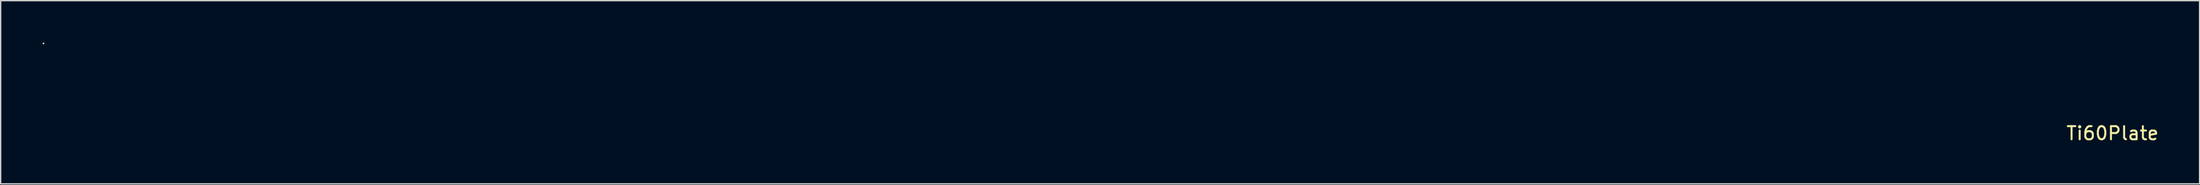
<source format=kicad_pcb>
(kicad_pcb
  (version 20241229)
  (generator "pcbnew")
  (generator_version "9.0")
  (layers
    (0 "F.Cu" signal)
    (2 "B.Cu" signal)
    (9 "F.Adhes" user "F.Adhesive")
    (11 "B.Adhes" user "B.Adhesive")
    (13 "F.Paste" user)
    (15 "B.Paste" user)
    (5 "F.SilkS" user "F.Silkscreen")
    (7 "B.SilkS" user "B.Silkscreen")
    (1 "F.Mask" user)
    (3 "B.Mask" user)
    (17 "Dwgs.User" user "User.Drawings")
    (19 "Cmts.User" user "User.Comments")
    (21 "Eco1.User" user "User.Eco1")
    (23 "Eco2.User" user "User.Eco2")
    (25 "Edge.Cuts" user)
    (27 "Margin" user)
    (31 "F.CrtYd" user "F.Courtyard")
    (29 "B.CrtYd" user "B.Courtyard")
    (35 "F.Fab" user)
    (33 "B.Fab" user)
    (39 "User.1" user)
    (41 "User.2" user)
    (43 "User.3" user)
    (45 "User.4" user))
  (footprint "Ti60Plate"
    (layer "F.Cu")
    (at 0.25 0.25)
    (property "Reference" "Ti60Plate" (at 157.48 6.85 0) (layer "F.SilkS") (effects (font (size 1 1) (thickness 0.15))))
    (attr through_hole)
    (fp_line (start 0 0) (end 0 0) (stroke (width 0.1) (type solid)) (layer "Dwgs.User"))
    (fp_line (start 0 0) (end 0 0) (stroke (width 0.1) (type solid)) (layer "Dwgs.User"))
    (fp_line (start 0 0) (end 0 0) (stroke (width 0.1) (type solid)) (layer "Dwgs.User"))
    (fp_line (start 0 0) (end 0 0) (stroke (width 0.1) (type solid)) (layer "Dwgs.User"))
    (fp_line (start 0 0) (end 0 0) (stroke (width 0.1) (type solid)) (layer "Dwgs.User"))
    (fp_line (start 0 0) (end 0 0) (stroke (width 0.1) (type solid)) (layer "Dwgs.User"))
    (fp_line (start 0 0) (end 0 0) (stroke (width 0.1) (type solid)) (layer "Dwgs.User"))
    (fp_line (start 0 0) (end 0 0) (stroke (width 0.1) (type solid)) (layer "Dwgs.User"))
    (fp_line (start 0 0) (end 0 0) (stroke (width 0.1) (type solid)) (layer "Dwgs.User"))
    (fp_line (start 0 0) (end 0 0) (stroke (width 0.1) (type solid)) (layer "Dwgs.User"))
    (fp_line (start 0 0) (end 0 0) (stroke (width 0.1) (type solid)) (layer "Dwgs.User"))
    (fp_line (start 0 0) (end 0 0) (stroke (width 0.1) (type solid)) (layer "Dwgs.User"))
    (fp_line (start 0 0) (end 0 0) (stroke (width 0.1) (type solid)) (layer "Dwgs.User"))
    (fp_line (start 0 0) (end 0 0) (stroke (width 0.1) (type solid)) (layer "Dwgs.User"))
    (fp_line (start 0 0) (end 0 0) (stroke (width 0.1) (type solid)) (layer "Dwgs.User"))
    (fp_line (start 0 0) (end 0 0) (stroke (width 0.1) (type solid)) (layer "Dwgs.User"))
    (fp_line (start 0 0) (end 0 0) (stroke (width 0.1) (type solid)) (layer "Dwgs.User"))
    (fp_line (start 0 0) (end 0 0) (stroke (width 0.1) (type solid)) (layer "Dwgs.User"))
    (fp_line (start 0 0) (end 0 0) (stroke (width 0.1) (type solid)) (layer "Dwgs.User"))
    (fp_line (start 0 0) (end 0 0) (stroke (width 0.1) (type solid)) (layer "Dwgs.User"))
    (fp_line (start 0 0) (end 0 0) (stroke (width 0.1) (type solid)) (layer "Dwgs.User"))
    (fp_line (start 0 0) (end 0 0) (stroke (width 0.1) (type solid)) (layer "Dwgs.User"))
    (fp_line (start 0 0) (end 0 0) (stroke (width 0.1) (type solid)) (layer "Dwgs.User"))
    (fp_line (start 0 0) (end 0 0) (stroke (width 0.1) (type solid)) (layer "Dwgs.User"))
    (fp_line (start 0 0) (end 0 0) (stroke (width 0.1) (type solid)) (layer "Dwgs.User"))
    (fp_line (start 0 0) (end 0 0) (stroke (width 0.1) (type solid)) (layer "Dwgs.User"))
    (fp_line (start 0 0) (end 0 0) (stroke (width 0.1) (type solid)) (layer "Dwgs.User"))
    (fp_line (start 0 0) (end 0 0) (stroke (width 0.1) (type solid)) (layer "Dwgs.User"))
    (fp_line (start 0 0) (end 0 0) (stroke (width 0.1) (type solid)) (layer "Dwgs.User"))
    (fp_line (start 0 0) (end 0 0) (stroke (width 0.1) (type solid)) (layer "Dwgs.User"))
    (fp_line (start 0 0) (end 0 0) (stroke (width 0.1) (type solid)) (layer "Dwgs.User"))
    (fp_line (start 0 0) (end 0 0) (stroke (width 0.1) (type solid)) (layer "Dwgs.User"))
    (fp_line (start 0 0) (end 0 0) (stroke (width 0.1) (type solid)) (layer "Dwgs.User"))
    (fp_line (start 0 0) (end 0 0) (stroke (width 0.1) (type solid)) (layer "Dwgs.User"))
    (fp_line (start 0 0) (end 0 0) (stroke (width 0.1) (type solid)) (layer "Dwgs.User"))
    (fp_line (start 0 0) (end 0 0) (stroke (width 0.1) (type solid)) (layer "Dwgs.User"))
    (fp_line (start 0 0) (end 0 0) (stroke (width 0.1) (type solid)) (layer "Dwgs.User"))
    (fp_line (start 0 0) (end 0 0) (stroke (width 0.1) (type solid)) (layer "Dwgs.User"))
    (fp_line (start 0 0) (end 0 0) (stroke (width 0.1) (type solid)) (layer "Dwgs.User"))
    (fp_line (start 0 0) (end 0 0) (stroke (width 0.1) (type solid)) (layer "Dwgs.User"))
    (fp_line (start 0 0) (end 0 0) (stroke (width 0.1) (type solid)) (layer "Dwgs.User"))
    (fp_line (start 0 0) (end 0 0) (stroke (width 0.1) (type solid)) (layer "Dwgs.User"))
    (fp_line (start 0 0) (end 0 0) (stroke (width 0.1) (type solid)) (layer "Dwgs.User"))
    (fp_line (start 0 0) (end 0 0) (stroke (width 0.1) (type solid)) (layer "Dwgs.User"))
    (fp_line (start 0 0) (end 0 0) (stroke (width 0.1) (type solid)) (layer "Dwgs.User"))
    (fp_line (start 0 0) (end 0 0) (stroke (width 0.1) (type solid)) (layer "Dwgs.User"))
    (fp_line (start 0 0) (end 0 0) (stroke (width 0.1) (type solid)) (layer "Dwgs.User"))
    (fp_line (start 0 0) (end 0 0) (stroke (width 0.1) (type solid)) (layer "Dwgs.User"))
    (fp_line (start 0 0) (end 0 0) (stroke (width 0.1) (type solid)) (layer "Dwgs.User"))
    (fp_line (start 0 0) (end 0 0) (stroke (width 0.1) (type solid)) (layer "Dwgs.User"))
    (fp_line (start 0 0) (end 0 0) (stroke (width 0.1) (type solid)) (layer "Dwgs.User"))
    (fp_line (start 0 0) (end 0 0) (stroke (width 0.1) (type solid)) (layer "Dwgs.User"))
    (fp_line (start 0 0) (end 0 0) (stroke (width 0.1) (type solid)) (layer "Dwgs.User"))
    (fp_line (start 0 0) (end 0 0) (stroke (width 0.1) (type solid)) (layer "Dwgs.User"))
    (fp_line (start 0 0) (end 0 0) (stroke (width 0.1) (type solid)) (layer "Dwgs.User"))
    (fp_line (start 0 0) (end 0 0) (stroke (width 0.1) (type solid)) (layer "Dwgs.User"))
    (fp_line (start 0 0) (end 0 0) (stroke (width 0.1) (type solid)) (layer "Dwgs.User"))
    (fp_line (start 0 0) (end 0 0) (stroke (width 0.1) (type solid)) (layer "Dwgs.User"))
    (fp_line (start 0 0) (end 0 0) (stroke (width 0.1) (type solid)) (layer "Dwgs.User"))
    (fp_line (start 0 0) (end 0 0) (stroke (width 0.1) (type solid)) (layer "Dwgs.User"))
    (fp_line (start 0 0) (end 0 0) (stroke (width 0.1) (type solid)) (layer "Dwgs.User"))
    (fp_line (start 0 0) (end 0 0) (stroke (width 0.1) (type solid)) (layer "Dwgs.User"))
    (fp_line (start 0 0) (end 0 0) (stroke (width 0.1) (type solid)) (layer "Dwgs.User"))
    (fp_line (start 0 0) (end 0 0) (stroke (width 0.1) (type solid)) (layer "Dwgs.User"))
    (fp_line (start 0 0) (end 0 0) (stroke (width 0.1) (type solid)) (layer "Dwgs.User"))
    (fp_line (start 0 0) (end 0 0) (stroke (width 0.1) (type solid)) (layer "Dwgs.User"))
    (fp_line (start 0 0) (end 0 0) (stroke (width 0.1) (type solid)) (layer "Dwgs.User"))
    (fp_line (start 0 0) (end 0 0) (stroke (width 0.1) (type solid)) (layer "Dwgs.User"))
    (fp_line (start 0 0) (end 0 0) (stroke (width 0.1) (type solid)) (layer "Dwgs.User"))
    (fp_line (start 0 0) (end 0 0) (stroke (width 0.1) (type solid)) (layer "Dwgs.User"))
    (fp_line (start 0 0) (end 0 0) (stroke (width 0.1) (type solid)) (layer "Dwgs.User"))
    (fp_line (start 0 0) (end 0 0) (stroke (width 0.1) (type solid)) (layer "Dwgs.User"))
    (fp_line (start 0 0) (end 0 0) (stroke (width 0.1) (type solid)) (layer "Dwgs.User"))
    (fp_line (start 0 0) (end 0 0) (stroke (width 0.1) (type solid)) (layer "Dwgs.User"))
    (fp_line (start 0 0) (end 0 0) (stroke (width 0.1) (type solid)) (layer "Dwgs.User"))
    (fp_line (start 0 0) (end 0 0) (stroke (width 0.1) (type solid)) (layer "Dwgs.User"))
    (fp_line (start 0 0) (end 0 0) (stroke (width 0.1) (type solid)) (layer "Dwgs.User"))
    (fp_line (start 0 0) (end 0 0) (stroke (width 0.1) (type solid)) (layer "Dwgs.User"))
    (fp_line (start 0 0) (end 0 0) (stroke (width 0.1) (type solid)) (layer "Dwgs.User"))
    (fp_line (start 0 0) (end 0 0) (stroke (width 0.1) (type solid)) (layer "Dwgs.User"))
    (fp_line (start 0 0) (end 0 0) (stroke (width 0.1) (type solid)) (layer "Dwgs.User"))
    (fp_line (start 0 0) (end 0 0) (stroke (width 0.1) (type solid)) (layer "Dwgs.User"))
    (fp_line (start 0 0) (end 0 0) (stroke (width 0.1) (type solid)) (layer "Dwgs.User"))
    (fp_line (start 0 0) (end 0 0) (stroke (width 0.1) (type solid)) (layer "Dwgs.User"))
    (fp_line (start 0 0) (end 0 0) (stroke (width 0.1) (type solid)) (layer "Dwgs.User"))
    (fp_line (start 0 0) (end 0 0) (stroke (width 0.1) (type solid)) (layer "Dwgs.User"))
    (fp_line (start 0 0) (end 0 0) (stroke (width 0.1) (type solid)) (layer "Dwgs.User"))
    (fp_line (start 0 0) (end 0 0) (stroke (width 0.1) (type solid)) (layer "Dwgs.User"))
    (fp_line (start 0 0) (end 0 0) (stroke (width 0.1) (type solid)) (layer "Dwgs.User"))
    (fp_line (start 0 0) (end 0 0) (stroke (width 0.1) (type solid)) (layer "Dwgs.User"))
    (fp_line (start 0 0) (end 0 0) (stroke (width 0.1) (type solid)) (layer "Dwgs.User"))
    (fp_line (start 0 0) (end 0 0) (stroke (width 0.1) (type solid)) (layer "Dwgs.User"))
    (fp_line (start 0 0) (end 0 0) (stroke (width 0.1) (type solid)) (layer "Dwgs.User"))
    (fp_line (start 0 0) (end 0 0) (stroke (width 0.1) (type solid)) (layer "Dwgs.User"))
    (fp_line (start 0 0) (end 0 0) (stroke (width 0.1) (type solid)) (layer "Dwgs.User"))
    (fp_line (start 0 0) (end 0 0) (stroke (width 0.1) (type solid)) (layer "Dwgs.User"))
    (fp_line (start 0 0) (end 0 0) (stroke (width 0.1) (type solid)) (layer "Dwgs.User"))
    (fp_line (start 0 0) (end 0 0) (stroke (width 0.1) (type solid)) (layer "Dwgs.User"))
    (fp_line (start 0 0) (end 0 0) (stroke (width 0.1) (type solid)) (layer "Dwgs.User"))
    (fp_line (start 0 0) (end 0 0) (stroke (width 0.1) (type solid)) (layer "Dwgs.User"))
    (fp_line (start 0 0) (end 0 0) (stroke (width 0.1) (type solid)) (layer "Dwgs.User"))
    (fp_line (start 0 0) (end 0 0) (stroke (width 0.1) (type solid)) (layer "Dwgs.User"))
    (fp_line (start 0 0) (end 0 0) (stroke (width 0.1) (type solid)) (layer "Dwgs.User"))
    (fp_line (start 0 0) (end 0 0) (stroke (width 0.1) (type solid)) (layer "Dwgs.User"))
    (fp_line (start 0 0) (end 0 0) (stroke (width 0.1) (type solid)) (layer "Dwgs.User"))
    (fp_line (start 0 0) (end 0 0) (stroke (width 0.1) (type solid)) (layer "Dwgs.User"))
    (fp_line (start 0 0) (end 0 0) (stroke (width 0.1) (type solid)) (layer "Dwgs.User"))
    (fp_line (start 0 0) (end 0 0) (stroke (width 0.1) (type solid)) (layer "Dwgs.User"))
    (fp_line (start 0 0) (end 0 0) (stroke (width 0.1) (type solid)) (layer "Dwgs.User"))
    (fp_line (start 0 0) (end 0 0) (stroke (width 0.1) (type solid)) (layer "Dwgs.User"))
    (fp_line (start 0 0) (end 0 0) (stroke (width 0.1) (type solid)) (layer "Dwgs.User"))
    (fp_line (start 0 0) (end 0 0) (stroke (width 0.1) (type solid)) (layer "Dwgs.User"))
    (fp_line (start 0 0) (end 0 0) (stroke (width 0.1) (type solid)) (layer "Dwgs.User"))
    (fp_line (start 0 0) (end 0 0) (stroke (width 0.1) (type solid)) (layer "Dwgs.User"))
    (fp_line (start 0 0) (end 0 0) (stroke (width 0.1) (type solid)) (layer "Dwgs.User"))
    (fp_line (start 0 0) (end 0 0) (stroke (width 0.1) (type solid)) (layer "Dwgs.User"))
    (fp_line (start 0 0) (end 0 0) (stroke (width 0.1) (type solid)) (layer "Dwgs.User"))
    (fp_line (start 0 0) (end 0 0) (stroke (width 0.1) (type solid)) (layer "Dwgs.User"))
    (fp_line (start 0 0) (end 0 0) (stroke (width 0.1) (type solid)) (layer "Dwgs.User"))
    (fp_line (start 0 0) (end 0 0) (stroke (width 0.1) (type solid)) (layer "Dwgs.User"))
    (fp_line (start 0 0) (end 0 0) (stroke (width 0.1) (type solid)) (layer "Dwgs.User"))
    (fp_line (start 0 0) (end 0 0) (stroke (width 0.1) (type solid)) (layer "Dwgs.User"))
    (fp_line (start 0 0) (end 0 0) (stroke (width 0.1) (type solid)) (layer "Dwgs.User"))
    (fp_line (start 0 0) (end 0 0) (stroke (width 0.1) (type solid)) (layer "Dwgs.User"))
    (fp_line (start 0 0) (end 0 0) (stroke (width 0.1) (type solid)) (layer "Dwgs.User"))
    (fp_line (start 0 0) (end 0 0) (stroke (width 0.1) (type solid)) (layer "Dwgs.User"))
    (fp_line (start 0 0) (end 0 0) (stroke (width 0.1) (type solid)) (layer "Dwgs.User"))
    (fp_line (start 0 0) (end 0 0) (stroke (width 0.1) (type solid)) (layer "Dwgs.User"))
    (fp_line (start 0 0) (end 0 0) (stroke (width 0.1) (type solid)) (layer "Dwgs.User"))
    (fp_line (start 0 0) (end 0 0) (stroke (width 0.1) (type solid)) (layer "Dwgs.User"))
    (fp_line (start 0 0) (end 0 0) (stroke (width 0.1) (type solid)) (layer "Dwgs.User"))
    (fp_line (start 0 0) (end 0 0) (stroke (width 0.1) (type solid)) (layer "Dwgs.User"))
    (fp_line (start 0 0) (end 0 0) (stroke (width 0.1) (type solid)) (layer "Dwgs.User"))
    (fp_line (start 0 0) (end 0 0) (stroke (width 0.1) (type solid)) (layer "Dwgs.User"))
    (fp_line (start 0 0) (end 0 0) (stroke (width 0.1) (type solid)) (layer "Dwgs.User"))
    (fp_line (start 0 0) (end 0 0) (stroke (width 0.1) (type solid)) (layer "Dwgs.User"))
    (fp_line (start 0 0) (end 0 0) (stroke (width 0.1) (type solid)) (layer "Dwgs.User"))
    (fp_line (start 0 0) (end 0 0) (stroke (width 0.1) (type solid)) (layer "Dwgs.User"))
    (fp_line (start 0 0) (end 0 0) (stroke (width 0.1) (type solid)) (layer "Dwgs.User"))
    (fp_line (start 0 0) (end 0 0) (stroke (width 0.1) (type solid)) (layer "Dwgs.User"))
    (fp_line (start 0 0) (end 0 0) (stroke (width 0.1) (type solid)) (layer "Dwgs.User"))
    (fp_line (start 0 0) (end 0 0) (stroke (width 0.1) (type solid)) (layer "Dwgs.User"))
    (fp_line (start 0 0) (end 0 0) (stroke (width 0.1) (type solid)) (layer "Dwgs.User"))
    (fp_line (start 0 0) (end 0 0) (stroke (width 0.1) (type solid)) (layer "Dwgs.User"))
    (fp_line (start 0 0) (end 0 0) (stroke (width 0.1) (type solid)) (layer "Dwgs.User"))
    (fp_line (start 0 0) (end 0 0) (stroke (width 0.1) (type solid)) (layer "Dwgs.User"))
    (fp_line (start 0 0) (end 0 0) (stroke (width 0.1) (type solid)) (layer "Dwgs.User"))
    (fp_line (start 0 0) (end 0 0) (stroke (width 0.1) (type solid)) (layer "Dwgs.User"))
    (fp_line (start 0 0) (end 0 0) (stroke (width 0.1) (type solid)) (layer "Dwgs.User"))
    (fp_line (start 0 0) (end 0 0) (stroke (width 0.1) (type solid)) (layer "Dwgs.User"))
    (fp_line (start 0 0) (end 0 0) (stroke (width 0.1) (type solid)) (layer "Dwgs.User"))
    (fp_line (start 0 0) (end 0 0) (stroke (width 0.1) (type solid)) (layer "Dwgs.User"))
    (fp_line (start 0 0) (end 0 0) (stroke (width 0.1) (type solid)) (layer "Dwgs.User"))
    (fp_line (start 0 0) (end 0 0) (stroke (width 0.1) (type solid)) (layer "Dwgs.User"))
    (fp_line (start 0 0) (end 0 0) (stroke (width 0.1) (type solid)) (layer "Dwgs.User"))
    (fp_line (start 0 0) (end 0 0) (stroke (width 0.1) (type solid)) (layer "Dwgs.User"))
    (fp_line (start 0 0) (end 0 0) (stroke (width 0.1) (type solid)) (layer "Dwgs.User"))
    (fp_line (start 0 0) (end 0 0) (stroke (width 0.1) (type solid)) (layer "Dwgs.User"))
    (fp_line (start 0 0) (end 0 0) (stroke (width 0.1) (type solid)) (layer "Dwgs.User"))
    (fp_line (start 0 0) (end 0 0) (stroke (width 0.1) (type solid)) (layer "Dwgs.User"))
    (fp_line (start 0 0) (end 0 0) (stroke (width 0.1) (type solid)) (layer "Dwgs.User"))
    (fp_line (start 0 0) (end 0 0) (stroke (width 0.1) (type solid)) (layer "Dwgs.User"))
    (fp_line (start 0 0) (end 0 0) (stroke (width 0.1) (type solid)) (layer "Dwgs.User"))
    (fp_line (start 0 0) (end 0 0) (stroke (width 0.1) (type solid)) (layer "Dwgs.User"))
    (fp_line (start 0 0) (end 0 0) (stroke (width 0.1) (type solid)) (layer "Dwgs.User"))
    (fp_line (start 0 0) (end 0 0) (stroke (width 0.1) (type solid)) (layer "Dwgs.User"))
    (fp_line (start 0 0) (end 0 0) (stroke (width 0.1) (type solid)) (layer "Dwgs.User"))
    (fp_line (start 0 0) (end 0 0) (stroke (width 0.1) (type solid)) (layer "Dwgs.User"))
    (fp_line (start 0 0) (end 0 0) (stroke (width 0.1) (type solid)) (layer "Dwgs.User"))
    (fp_line (start 0 0) (end 0 0) (stroke (width 0.1) (type solid)) (layer "Dwgs.User"))
    (fp_line (start 0 0) (end 0 0) (stroke (width 0.1) (type solid)) (layer "Dwgs.User"))
    (fp_line (start 0 0) (end 0 0) (stroke (width 0.1) (type solid)) (layer "Dwgs.User"))
    (fp_line (start 0 0) (end 0 0) (stroke (width 0.1) (type solid)) (layer "Dwgs.User"))
    (fp_line (start 0 0) (end 0 0) (stroke (width 0.1) (type solid)) (layer "Dwgs.User"))
    (fp_line (start 0 0) (end 0 0) (stroke (width 0.1) (type solid)) (layer "Dwgs.User"))
    (fp_line (start 0 0) (end 0 0) (stroke (width 0.1) (type solid)) (layer "Dwgs.User"))
    (fp_line (start 0 0) (end 0 0) (stroke (width 0.1) (type solid)) (layer "Dwgs.User"))
    (fp_line (start 0 0) (end 0 0) (stroke (width 0.1) (type solid)) (layer "Dwgs.User"))
    (fp_line (start 0 0) (end 0 0) (stroke (width 0.1) (type solid)) (layer "Dwgs.User"))
    (fp_line (start 0 0) (end 0 0) (stroke (width 0.1) (type solid)) (layer "Dwgs.User"))
    (fp_line (start 0 0) (end 0 0) (stroke (width 0.1) (type solid)) (layer "Dwgs.User"))
    (fp_line (start 0 0) (end 0 0) (stroke (width 0.1) (type solid)) (layer "Dwgs.User"))
    (fp_line (start 0 0) (end 0 0) (stroke (width 0.1) (type solid)) (layer "Dwgs.User"))
    (fp_line (start 0 0) (end 0 0) (stroke (width 0.1) (type solid)) (layer "Dwgs.User"))
    (fp_line (start 0 0) (end 0 0) (stroke (width 0.1) (type solid)) (layer "Dwgs.User"))
    (fp_line (start 0 0) (end 0 0) (stroke (width 0.1) (type solid)) (layer "Dwgs.User"))
    (fp_line (start 0 0) (end 0 0) (stroke (width 0.1) (type solid)) (layer "Dwgs.User"))
    (fp_line (start 0 0) (end 0 0) (stroke (width 0.1) (type solid)) (layer "Dwgs.User"))
    (fp_line (start 0 0) (end 0 0) (stroke (width 0.1) (type solid)) (layer "Dwgs.User"))
    (fp_line (start 0 0) (end 0 0) (stroke (width 0.1) (type solid)) (layer "Dwgs.User"))
    (fp_line (start 0 0) (end 0 0) (stroke (width 0.1) (type solid)) (layer "Dwgs.User"))
    (fp_line (start 0 0) (end 0 0) (stroke (width 0.1) (type solid)) (layer "Dwgs.User"))
    (fp_line (start 0 0) (end 0 0) (stroke (width 0.1) (type solid)) (layer "Dwgs.User"))
    (fp_line (start 0 0) (end 0 0) (stroke (width 0.1) (type solid)) (layer "Dwgs.User"))
    (fp_line (start 0 0) (end 0 0) (stroke (width 0.1) (type solid)) (layer "Dwgs.User"))
    (fp_line (start 0 0) (end 0 0) (stroke (width 0.1) (type solid)) (layer "Dwgs.User"))
    (fp_line (start 0 0) (end 0 0) (stroke (width 0.1) (type solid)) (layer "Dwgs.User"))
    (fp_line (start 0 0) (end 0 0) (stroke (width 0.1) (type solid)) (layer "Dwgs.User"))
    (fp_line (start 0 0) (end 0 0) (stroke (width 0.1) (type solid)) (layer "Dwgs.User"))
    (fp_line (start 0 0) (end 0 0) (stroke (width 0.1) (type solid)) (layer "Dwgs.User"))
    (fp_line (start 0 0) (end 0 0) (stroke (width 0.1) (type solid)) (layer "Dwgs.User"))
    (fp_line (start 0 0) (end 0 0) (stroke (width 0.1) (type solid)) (layer "Dwgs.User"))
    (fp_line (start 0 0) (end 0 0) (stroke (width 0.1) (type solid)) (layer "Dwgs.User"))
    (fp_line (start 0 0) (end 0 0) (stroke (width 0.1) (type solid)) (layer "Dwgs.User"))
    (fp_line (start 0 0) (end 0 0) (stroke (width 0.1) (type solid)) (layer "Dwgs.User"))
    (fp_line (start 0 0) (end 0 0) (stroke (width 0.1) (type solid)) (layer "Dwgs.User"))
    (fp_line (start 0 0) (end 0 0) (stroke (width 0.1) (type solid)) (layer "Dwgs.User"))
    (fp_line (start 0 0) (end 0 0) (stroke (width 0.1) (type solid)) (layer "Dwgs.User"))
    (fp_line (start 0 0) (end 0 0) (stroke (width 0.1) (type solid)) (layer "Dwgs.User"))
    (fp_line (start 0 0) (end 0 0) (stroke (width 0.1) (type solid)) (layer "Dwgs.User"))
    (fp_line (start 0 0) (end 0 0) (stroke (width 0.1) (type solid)) (layer "Dwgs.User"))
    (fp_line (start 0 0) (end 0 0) (stroke (width 0.1) (type solid)) (layer "Dwgs.User"))
    (fp_line (start 0 0) (end 0 0) (stroke (width 0.1) (type solid)) (layer "Dwgs.User"))
    (fp_line (start 0 0) (end 0 0) (stroke (width 0.1) (type solid)) (layer "Dwgs.User"))
    (fp_line (start 0 0) (end 0 0) (stroke (width 0.1) (type solid)) (layer "Dwgs.User"))
    (fp_line (start 0 0) (end 0 0) (stroke (width 0.1) (type solid)) (layer "Dwgs.User"))
    (fp_line (start 0 0) (end 0 0) (stroke (width 0.1) (type solid)) (layer "Dwgs.User"))
    (fp_line (start 0 0) (end 0 0) (stroke (width 0.1) (type solid)) (layer "Dwgs.User"))
    (fp_line (start 0 0) (end 0 0) (stroke (width 0.1) (type solid)) (layer "Dwgs.User"))
    (fp_line (start 0 0) (end 0 0) (stroke (width 0.1) (type solid)) (layer "Dwgs.User"))
    (fp_line (start 0 0) (end 0 0) (stroke (width 0.1) (type solid)) (layer "Dwgs.User"))
    (fp_line (start 0 0) (end 0 0) (stroke (width 0.1) (type solid)) (layer "Dwgs.User"))
    (fp_line (start 0 0) (end 0 0) (stroke (width 0.1) (type solid)) (layer "Dwgs.User"))
    (fp_line (start 0 0) (end 0 0) (stroke (width 0.1) (type solid)) (layer "Dwgs.User"))
    (fp_line (start 0 0) (end 0 0) (stroke (width 0.1) (type solid)) (layer "Dwgs.User"))
    (fp_line (start 0 0) (end 0 0) (stroke (width 0.1) (type solid)) (layer "Dwgs.User"))
    (fp_line (start 0 0) (end 0 0) (stroke (width 0.1) (type solid)) (layer "Dwgs.User"))
    (fp_line (start 0 0) (end 0 0) (stroke (width 0.1) (type solid)) (layer "Dwgs.User"))
    (fp_line (start 0 0) (end 0 0) (stroke (width 0.1) (type solid)) (layer "Dwgs.User"))
    (fp_line (start 0 0) (end 0 0) (stroke (width 0.1) (type solid)) (layer "Dwgs.User"))
    (fp_line (start 0 0) (end 0 0) (stroke (width 0.1) (type solid)) (layer "Dwgs.User"))
    (fp_line (start 0 0) (end 0 0) (stroke (width 0.1) (type solid)) (layer "Dwgs.User"))
    (fp_line (start 0 0) (end 0 0) (stroke (width 0.1) (type solid)) (layer "Dwgs.User"))
    (fp_line (start 0 0) (end 0 0) (stroke (width 0.1) (type solid)) (layer "Dwgs.User"))
    (fp_line (start 0 0) (end 0 0) (stroke (width 0.1) (type solid)) (layer "Dwgs.User"))
    (fp_line (start 0 0) (end 0 0) (stroke (width 0.1) (type solid)) (layer "Dwgs.User"))
    (fp_line (start 0 0) (end 0 0) (stroke (width 0.1) (type solid)) (layer "Dwgs.User"))
    (fp_line (start 0 0) (end 0 0) (stroke (width 0.1) (type solid)) (layer "Dwgs.User"))
    (fp_line (start 0 0) (end 0 0) (stroke (width 0.1) (type solid)) (layer "Dwgs.User"))
    (fp_line (start 0 0) (end 0 0) (stroke (width 0.1) (type solid)) (layer "Dwgs.User"))
    (fp_line (start 0 0) (end 0 0) (stroke (width 0.1) (type solid)) (layer "Dwgs.User"))
    (fp_line (start 0 0) (end 0 0) (stroke (width 0.1) (type solid)) (layer "Dwgs.User"))
    (fp_line (start 0 0) (end 0 0) (stroke (width 0.1) (type solid)) (layer "Dwgs.User"))
    (fp_line (start 0 0) (end 0 0) (stroke (width 0.1) (type solid)) (layer "Dwgs.User"))
    (fp_line (start 0 0) (end 0 0) (stroke (width 0.1) (type solid)) (layer "Dwgs.User"))
    (fp_line (start 0 0) (end 0 0) (stroke (width 0.1) (type solid)) (layer "Dwgs.User"))
    (fp_line (start 0 0) (end 0 0) (stroke (width 0.1) (type solid)) (layer "Dwgs.User"))
    (fp_line (start 0 0) (end 0 0) (stroke (width 0.1) (type solid)) (layer "Dwgs.User"))
    (fp_line (start 0 0) (end 0 0) (stroke (width 0.1) (type solid)) (layer "Dwgs.User"))
    (fp_line (start 0 0) (end 0 0) (stroke (width 0.1) (type solid)) (layer "Dwgs.User"))
    (fp_line (start 0 0) (end 0 0) (stroke (width 0.1) (type solid)) (layer "Dwgs.User"))
    (fp_line (start 0 0) (end 0 0) (stroke (width 0.1) (type solid)) (layer "Dwgs.User"))
    (fp_line (start 0 0) (end 0 0) (stroke (width 0.1) (type solid)) (layer "Dwgs.User"))
    (fp_line (start 0 0) (end 0 0) (stroke (width 0.1) (type solid)) (layer "Dwgs.User"))
    (fp_line (start 0 0) (end 0 0) (stroke (width 0.1) (type solid)) (layer "Dwgs.User"))
    (fp_line (start 0 0) (end 0 0) (stroke (width 0.1) (type solid)) (layer "Dwgs.User"))
    (fp_line (start 0 0) (end 0 0) (stroke (width 0.1) (type solid)) (layer "Dwgs.User"))
    (fp_line (start 0 0) (end 0 0) (stroke (width 0.1) (type solid)) (layer "Dwgs.User"))
    (fp_line (start 0 0) (end 0 0) (stroke (width 0.1) (type solid)) (layer "Dwgs.User"))
    (fp_line (start 0 0) (end 0 0) (stroke (width 0.1) (type solid)) (layer "Dwgs.User"))
    (fp_line (start 0 0) (end 0 0) (stroke (width 0.1) (type solid)) (layer "Dwgs.User"))
    (fp_line (start 0 0) (end 0 0) (stroke (width 0.1) (type solid)) (layer "Dwgs.User"))
    (fp_line (start 0 0) (end 0 0) (stroke (width 0.1) (type solid)) (layer "Dwgs.User"))
    (fp_line (start 0 0) (end 0 0) (stroke (width 0.1) (type solid)) (layer "Dwgs.User"))
    (fp_line (start 0 0) (end 0 0) (stroke (width 0.1) (type solid)) (layer "Dwgs.User"))
    (fp_line (start 0 0) (end 0 0) (stroke (width 0.1) (type solid)) (layer "Dwgs.User"))
    (fp_line (start 0 0) (end 0 0) (stroke (width 0.1) (type solid)) (layer "Dwgs.User"))
    (fp_line (start 0 0) (end 0 0) (stroke (width 0.1) (type solid)) (layer "Dwgs.User"))
    (fp_line (start 0 0) (end 0 0) (stroke (width 0.1) (type solid)) (layer "Dwgs.User"))
    (fp_line (start 0 0) (end 0 0) (stroke (width 0.1) (type solid)) (layer "Dwgs.User"))
    (fp_line (start 0 0) (end 0 0) (stroke (width 0.1) (type solid)) (layer "Dwgs.User"))
    (fp_line (start 0 0) (end 0 0) (stroke (width 0.1) (type solid)) (layer "Dwgs.User"))
    (fp_line (start 0 0) (end 0 0) (stroke (width 0.1) (type solid)) (layer "Dwgs.User"))
    (fp_line (start 0 0) (end 0 0) (stroke (width 0.1) (type solid)) (layer "Dwgs.User"))
    (fp_line (start 0 0) (end 0 0) (stroke (width 0.1) (type solid)) (layer "Dwgs.User"))
    (fp_line (start 0 0) (end 0 0) (stroke (width 0.1) (type solid)) (layer "Dwgs.User"))
    (fp_line (start 0 0) (end 0 0) (stroke (width 0.1) (type solid)) (layer "Dwgs.User"))
    (fp_line (start 0 0) (end 0 0) (stroke (width 0.1) (type solid)) (layer "Dwgs.User"))
    (fp_line (start 0 0) (end 0 0) (stroke (width 0.1) (type solid)) (layer "Dwgs.User"))
    (fp_line (start 0 0) (end 0 0) (stroke (width 0.1) (type solid)) (layer "Dwgs.User"))
    (fp_line (start 0 0) (end 0 0) (stroke (width 0.1) (type solid)) (layer "Dwgs.User"))
    (fp_line (start 0 0) (end 0 0) (stroke (width 0.1) (type solid)) (layer "Dwgs.User"))
    (fp_line (start 0 0) (end 0 0) (stroke (width 0.1) (type solid)) (layer "Dwgs.User"))
    (fp_line (start 0 0) (end 0 0) (stroke (width 0.1) (type solid)) (layer "Dwgs.User"))
    (fp_line (start 0 0) (end 0 0) (stroke (width 0.1) (type solid)) (layer "Dwgs.User"))
    (fp_line (start 0 0) (end 0 0) (stroke (width 0.1) (type solid)) (layer "Dwgs.User"))
    (fp_line (start 0 0) (end 0 0) (stroke (width 0.1) (type solid)) (layer "Dwgs.User"))
    (fp_line (start 0 0) (end 0 0) (stroke (width 0.1) (type solid)) (layer "Dwgs.User"))
    (fp_line (start 0 0) (end 0 0) (stroke (width 0.1) (type solid)) (layer "Dwgs.User"))
    (fp_line (start 0 0) (end 0 0) (stroke (width 0.1) (type solid)) (layer "Dwgs.User"))
    (fp_line (start 0 0) (end 0 0) (stroke (width 0.1) (type solid)) (layer "Dwgs.User"))
    (fp_line (start 0 0) (end 0 0) (stroke (width 0.1) (type solid)) (layer "Dwgs.User"))
    (fp_line (start 0 0) (end 0 0) (stroke (width 0.1) (type solid)) (layer "Dwgs.User"))
    (fp_line (start 0 0) (end 0 0) (stroke (width 0.1) (type solid)) (layer "Dwgs.User"))
    (fp_line (start 0 0) (end 0 0) (stroke (width 0.1) (type solid)) (layer "Dwgs.User"))
    (fp_line (start 0 0) (end 0 0) (stroke (width 0.1) (type solid)) (layer "Dwgs.User"))
    (fp_line (start 0 0) (end 0 0) (stroke (width 0.1) (type solid)) (layer "Dwgs.User"))
    (fp_line (start 0 0) (end 0 0) (stroke (width 0.1) (type solid)) (layer "Dwgs.User"))
    (fp_line (start 0 0) (end 0 0) (stroke (width 0.1) (type solid)) (layer "Dwgs.User"))
    (fp_line (start 0 0) (end 0 0) (stroke (width 0.1) (type solid)) (layer "Dwgs.User"))
    (fp_line (start 0 0) (end 0 0) (stroke (width 0.1) (type solid)) (layer "Dwgs.User"))
    (fp_line (start 0 0) (end 0 0) (stroke (width 0.1) (type solid)) (layer "Dwgs.User"))
    (fp_line (start 0 0) (end 0 0) (stroke (width 0.1) (type solid)) (layer "Dwgs.User"))
    (fp_line (start 0 0) (end 0 0) (stroke (width 0.1) (type solid)) (layer "Dwgs.User"))
    (fp_line (start 0 0) (end 0 0) (stroke (width 0.1) (type solid)) (layer "Dwgs.User"))
    (fp_line (start 0 0) (end 0 0) (stroke (width 0.1) (type solid)) (layer "Dwgs.User"))
    (fp_line (start 0 0) (end 0 0) (stroke (width 0.1) (type solid)) (layer "Dwgs.User"))
    (fp_line (start 0 0) (end 0 0) (stroke (width 0.1) (type solid)) (layer "Dwgs.User"))
    (fp_line (start 0 0) (end 0 0) (stroke (width 0.1) (type solid)) (layer "Dwgs.User"))
    (fp_line (start 0 0) (end 0 0) (stroke (width 0.1) (type solid)) (layer "Dwgs.User"))
    (fp_line (start 0 0) (end 0 0) (stroke (width 0.1) (type solid)) (layer "Dwgs.User"))
    (fp_line (start 0 0) (end 0 0) (stroke (width 0.1) (type solid)) (layer "Dwgs.User"))
    (fp_line (start 0 0) (end 0 0) (stroke (width 0.1) (type solid)) (layer "Dwgs.User"))
    (fp_line (start 0 0) (end 0 0) (stroke (width 0.1) (type solid)) (layer "Dwgs.User"))
    (fp_line (start 0 0) (end 0 0) (stroke (width 0.1) (type solid)) (layer "Dwgs.User"))
    (fp_line (start 0 0) (end 0 0) (stroke (width 0.1) (type solid)) (layer "Dwgs.User"))
    (fp_line (start 0 0) (end 0 0) (stroke (width 0.1) (type solid)) (layer "Dwgs.User"))
    (fp_line (start 0 0) (end 0 0) (stroke (width 0.1) (type solid)) (layer "Dwgs.User"))
    (fp_line (start 0 0) (end 0 0) (stroke (width 0.1) (type solid)) (layer "Dwgs.User"))
    (fp_line (start 0 0) (end 0 0) (stroke (width 0.1) (type solid)) (layer "Dwgs.User"))
    (fp_line (start 0 0) (end 0 0) (stroke (width 0.1) (type solid)) (layer "Dwgs.User"))
    (fp_line (start 0 0) (end 0 0) (stroke (width 0.1) (type solid)) (layer "Dwgs.User"))
    (fp_line (start 0 0) (end 0 0) (stroke (width 0.1) (type solid)) (layer "Dwgs.User"))
    (fp_line (start 0 0) (end 0 0) (stroke (width 0.1) (type solid)) (layer "Dwgs.User"))
    (fp_line (start 0 0) (end 0 0) (stroke (width 0.1) (type solid)) (layer "Dwgs.User"))
    (fp_line (start 0 0) (end 0 0) (stroke (width 0.1) (type solid)) (layer "Dwgs.User"))
    (fp_line (start 0 0) (end 0 0) (stroke (width 0.1) (type solid)) (layer "Dwgs.User"))
    (fp_line (start 0 0) (end 0 0) (stroke (width 0.1) (type solid)) (layer "Dwgs.User"))
    (fp_line (start 0 0) (end 0 0) (stroke (width 0.1) (type solid)) (layer "Dwgs.User"))
    (fp_line (start 0 0) (end 0 0) (stroke (width 0.1) (type solid)) (layer "Dwgs.User"))
    (fp_line (start 0 0) (end 0 0) (stroke (width 0.1) (type solid)) (layer "Dwgs.User"))
    (fp_line (start 0 0) (end 0 0) (stroke (width 0.1) (type solid)) (layer "Dwgs.User"))
    (fp_line (start 0 0) (end 0 0) (stroke (width 0.1) (type solid)) (layer "Dwgs.User"))
    (fp_line (start 0 0) (end 0 0) (stroke (width 0.1) (type solid)) (layer "Dwgs.User"))
    (fp_line (start 0 0) (end 0 0) (stroke (width 0.1) (type solid)) (layer "Dwgs.User"))
    (fp_line (start 0 0) (end 0 0) (stroke (width 0.1) (type solid)) (layer "Dwgs.User"))
    (fp_line (start 0 0) (end 0 0) (stroke (width 0.1) (type solid)) (layer "Dwgs.User"))
    (fp_line (start 0 0) (end 0 0) (stroke (width 0.1) (type solid)) (layer "Dwgs.User"))
    (fp_line (start 0 0) (end 0 0) (stroke (width 0.1) (type solid)) (layer "Dwgs.User"))
    (fp_line (start 0 0) (end 0 0) (stroke (width 0.1) (type solid)) (layer "Dwgs.User"))
    (fp_line (start 0 0) (end 0 0) (stroke (width 0.1) (type solid)) (layer "Dwgs.User"))
    (fp_line (start 0 0) (end 0 0) (stroke (width 0.1) (type solid)) (layer "Dwgs.User"))
    (fp_line (start 0 0) (end 0 0) (stroke (width 0.1) (type solid)) (layer "Dwgs.User"))
    (fp_line (start 0 0) (end 0 0) (stroke (width 0.1) (type solid)) (layer "Dwgs.User"))
    (fp_line (start 0 0) (end 0 0) (stroke (width 0.1) (type solid)) (layer "Dwgs.User"))
    (fp_line (start 0 0) (end 0 0) (stroke (width 0.1) (type solid)) (layer "Dwgs.User"))
    (fp_line (start 0 0) (end 0 0) (stroke (width 0.1) (type solid)) (layer "Dwgs.User"))
    (fp_line (start 0 0) (end 0 0) (stroke (width 0.1) (type solid)) (layer "Dwgs.User"))
    (fp_line (start 0 0) (end 0 0) (stroke (width 0.1) (type solid)) (layer "Dwgs.User"))
    (fp_line (start 0 0) (end 0 0) (stroke (width 0.1) (type solid)) (layer "Dwgs.User"))
    (fp_line (start 0 0) (end 0 0) (stroke (width 0.1) (type solid)) (layer "Dwgs.User"))
    (fp_line (start 0 0) (end 0 0) (stroke (width 0.1) (type solid)) (layer "Dwgs.User"))
    (fp_line (start 0 0) (end 0 0) (stroke (width 0.1) (type solid)) (layer "Dwgs.User"))
    (fp_line (start 0 0) (end 0 0) (stroke (width 0.1) (type solid)) (layer "Dwgs.User"))
    (fp_line (start 0 0) (end 0 0) (stroke (width 0.1) (type solid)) (layer "Dwgs.User"))
    (fp_line (start 0 0) (end 0 0) (stroke (width 0.1) (type solid)) (layer "Dwgs.User"))
    (fp_line (start 0 0) (end 0 0) (stroke (width 0.1) (type solid)) (layer "Dwgs.User"))
    (fp_line (start 0 0) (end 0 0) (stroke (width 0.1) (type solid)) (layer "Dwgs.User"))
    (fp_line (start 0 0) (end 0 0) (stroke (width 0.1) (type solid)) (layer "Dwgs.User"))
    (fp_line (start 0 0) (end 0 0) (stroke (width 0.1) (type solid)) (layer "Dwgs.User"))
    (fp_line (start 0 0) (end 0 0) (stroke (width 0.1) (type solid)) (layer "Dwgs.User"))
    (fp_line (start 0 0) (end 0 0) (stroke (width 0.1) (type solid)) (layer "Dwgs.User"))
    (fp_line (start 0 0) (end 0 0) (stroke (width 0.1) (type solid)) (layer "Dwgs.User"))
    (fp_line (start 0 0) (end 0 0) (stroke (width 0.1) (type solid)) (layer "Dwgs.User"))
    (fp_line (start 0 0) (end 0 0) (stroke (width 0.1) (type solid)) (layer "Dwgs.User"))
    (fp_line (start 0 0) (end 0 0) (stroke (width 0.1) (type solid)) (layer "Dwgs.User"))
    (fp_line (start 0 0) (end 0 0) (stroke (width 0.1) (type solid)) (layer "Dwgs.User"))
    (fp_line (start 0 0) (end 0 0) (stroke (width 0.1) (type solid)) (layer "Dwgs.User"))
    (fp_line (start 0 0) (end 0 0) (stroke (width 0.1) (type solid)) (layer "Dwgs.User"))
    (fp_line (start 0 0) (end 0 0) (stroke (width 0.1) (type solid)) (layer "Dwgs.User"))
    (fp_line (start 0 0) (end 0 0) (stroke (width 0.1) (type solid)) (layer "Dwgs.User"))
    (fp_line (start 0 0) (end 0 0) (stroke (width 0.1) (type solid)) (layer "Dwgs.User"))
    (fp_line (start 0 0) (end 0 0) (stroke (width 0.1) (type solid)) (layer "Dwgs.User"))
    (fp_line (start 0 0) (end 0 0) (stroke (width 0.1) (type solid)) (layer "Dwgs.User"))
    (fp_line (start 0 0) (end 0 0) (stroke (width 0.1) (type solid)) (layer "Dwgs.User"))
    (fp_line (start 0 0) (end 0 0) (stroke (width 0.1) (type solid)) (layer "Dwgs.User"))
    (fp_line (start 0 0) (end 0 0) (stroke (width 0.1) (type solid)) (layer "Dwgs.User"))
    (fp_line (start 0 0) (end 0 0) (stroke (width 0.1) (type solid)) (layer "Dwgs.User"))
    (fp_line (start 0 0) (end 0 0) (stroke (width 0.1) (type solid)) (layer "Dwgs.User"))
    (fp_line (start 0 0) (end 0 0) (stroke (width 0.1) (type solid)) (layer "Dwgs.User"))
    (fp_line (start 0 0) (end 0 0) (stroke (width 0.1) (type solid)) (layer "Dwgs.User"))
    (fp_line (start 0 0) (end 0 0) (stroke (width 0.1) (type solid)) (layer "Dwgs.User"))
    (fp_line (start 0 0) (end 0 0) (stroke (width 0.1) (type solid)) (layer "Dwgs.User"))
    (fp_line (start 0 0) (end 0 0) (stroke (width 0.1) (type solid)) (layer "Dwgs.User"))
    (fp_line (start 0 0) (end 0 0) (stroke (width 0.1) (type solid)) (layer "Dwgs.User"))
    (fp_line (start 0 0) (end 0 0) (stroke (width 0.1) (type solid)) (layer "Dwgs.User"))
    (fp_line (start 0 0) (end 0 0) (stroke (width 0.1) (type solid)) (layer "Dwgs.User"))
    (fp_line (start 0 0) (end 0 0) (stroke (width 0.1) (type solid)) (layer "Dwgs.User"))
    (fp_line (start 0 0) (end 0 0) (stroke (width 0.1) (type solid)) (layer "Dwgs.User"))
    (fp_line (start 0 0) (end 0 0) (stroke (width 0.1) (type solid)) (layer "Dwgs.User"))
    (fp_line (start 0 0) (end 0 0) (stroke (width 0.1) (type solid)) (layer "Dwgs.User"))
    (fp_line (start 0 0) (end 0 0) (stroke (width 0.1) (type solid)) (layer "Dwgs.User"))
    (fp_line (start 0 0) (end 0 0) (stroke (width 0.1) (type solid)) (layer "Dwgs.User"))
    (fp_line (start 0 0) (end 0 0) (stroke (width 0.1) (type solid)) (layer "Dwgs.User"))
    (fp_line (start 0 0) (end 0 0) (stroke (width 0.1) (type solid)) (layer "Dwgs.User"))
    (fp_line (start 0 0) (end 0 0) (stroke (width 0.1) (type solid)) (layer "Dwgs.User"))
    (fp_line (start 0 0) (end 0 0) (stroke (width 0.1) (type solid)) (layer "Dwgs.User"))
    (fp_line (start 0 0) (end 0 0) (stroke (width 0.1) (type solid)) (layer "Dwgs.User"))
    (fp_line (start 0 0) (end 0 0) (stroke (width 0.1) (type solid)) (layer "Dwgs.User"))
    (fp_line (start 0 0) (end 0 0) (stroke (width 0.1) (type solid)) (layer "Dwgs.User"))
    (fp_line (start 0 0) (end 0 0) (stroke (width 0.1) (type solid)) (layer "Dwgs.User"))
    (fp_line (start 0 0) (end 0 0) (stroke (width 0.1) (type solid)) (layer "Dwgs.User"))
    (fp_line (start 0 0) (end 0 0) (stroke (width 0.1) (type solid)) (layer "Dwgs.User"))
    (fp_line (start 0 0) (end 0 0) (stroke (width 0.1) (type solid)) (layer "Dwgs.User"))
    (fp_line (start 0 0) (end 0 0) (stroke (width 0.1) (type solid)) (layer "Dwgs.User"))
    (fp_line (start 0 0) (end 0 0) (stroke (width 0.1) (type solid)) (layer "Dwgs.User"))
    (fp_line (start 0 0) (end 0 0) (stroke (width 0.1) (type solid)) (layer "Dwgs.User"))
    (fp_line (start 0 0) (end 0 0) (stroke (width 0.1) (type solid)) (layer "Dwgs.User"))
    (fp_line (start 0 0) (end 0 0) (stroke (width 0.1) (type solid)) (layer "Dwgs.User"))
    (fp_line (start 0 0) (end 0 0) (stroke (width 0.1) (type solid)) (layer "Dwgs.User"))
    (fp_line (start 0 0) (end 0 0) (stroke (width 0.1) (type solid)) (layer "Dwgs.User"))
    (fp_line (start 0 0) (end 0 0) (stroke (width 0.1) (type solid)) (layer "Dwgs.User"))
    (fp_line (start 0 0) (end 0 0) (stroke (width 0.1) (type solid)) (layer "Dwgs.User"))
    (fp_line (start 0 0) (end 0 0) (stroke (width 0.1) (type solid)) (layer "Dwgs.User"))
    (fp_line (start 0 0) (end 0 0) (stroke (width 0.1) (type solid)) (layer "Dwgs.User"))
    (fp_line (start 0 0) (end 0 0) (stroke (width 0.1) (type solid)) (layer "Dwgs.User"))
    (fp_line (start 0 0) (end 0 0) (stroke (width 0.1) (type solid)) (layer "Dwgs.User"))
    (fp_line (start 0 0) (end 0 0) (stroke (width 0.1) (type solid)) (layer "Dwgs.User"))
    (fp_line (start 0 0) (end 0 0) (stroke (width 0.1) (type solid)) (layer "Dwgs.User"))
    (fp_line (start 0 0) (end 0 0) (stroke (width 0.1) (type solid)) (layer "Dwgs.User"))
    (fp_line (start 0 0) (end 0 0) (stroke (width 0.1) (type solid)) (layer "Dwgs.User"))
    (fp_line (start 0 0) (end 0 0) (stroke (width 0.1) (type solid)) (layer "Dwgs.User"))
    (fp_line (start 0 0) (end 0 0) (stroke (width 0.1) (type solid)) (layer "Dwgs.User"))
    (fp_line (start 0 0) (end 0 0) (stroke (width 0.1) (type solid)) (layer "Dwgs.User"))
    (fp_line (start 0 0) (end 0 0) (stroke (width 0.1) (type solid)) (layer "Dwgs.User"))
    (fp_line (start 0 0) (end 0 0) (stroke (width 0.1) (type solid)) (layer "Dwgs.User"))
    (fp_line (start 0 0) (end 0 0) (stroke (width 0.1) (type solid)) (layer "Dwgs.User"))
    (fp_line (start 0 0) (end 0 0) (stroke (width 0.1) (type solid)) (layer "Dwgs.User"))
    (fp_line (start 0 0) (end 0 0) (stroke (width 0.1) (type solid)) (layer "Dwgs.User"))
    (fp_line (start 0 0) (end 0 0) (stroke (width 0.1) (type solid)) (layer "Dwgs.User"))
    (fp_line (start 0 0) (end 0 0) (stroke (width 0.1) (type solid)) (layer "Dwgs.User"))
    (fp_line (start 0 0) (end 0 0) (stroke (width 0.1) (type solid)) (layer "Dwgs.User"))
    (fp_line (start 0 0) (end 0 0) (stroke (width 0.1) (type solid)) (layer "Dwgs.User"))
    (fp_line (start 0 0) (end 0 0) (stroke (width 0.1) (type solid)) (layer "Dwgs.User"))
    (fp_line (start 0 0) (end 0 0) (stroke (width 0.1) (type solid)) (layer "Dwgs.User"))
    (fp_line (start 0 0) (end 0 0) (stroke (width 0.1) (type solid)) (layer "Dwgs.User"))
    (fp_line (start 0 0) (end 0 0) (stroke (width 0.1) (type solid)) (layer "Dwgs.User"))
    (fp_line (start 0 0) (end 0 0) (stroke (width 0.1) (type solid)) (layer "Dwgs.User"))
    (fp_line (start 0 0) (end 0 0) (stroke (width 0.1) (type solid)) (layer "Dwgs.User"))
    (fp_line (start 0 0) (end 0 0) (stroke (width 0.1) (type solid)) (layer "Dwgs.User"))
    (fp_line (start 0 0) (end 0 0) (stroke (width 0.1) (type solid)) (layer "Dwgs.User"))
    (fp_line (start 0 0) (end 0 0) (stroke (width 0.1) (type solid)) (layer "Dwgs.User"))
    (fp_line (start 0 0) (end 0 0) (stroke (width 0.1) (type solid)) (layer "Dwgs.User"))
    (fp_line (start 0 0) (end 0 0) (stroke (width 0.1) (type solid)) (layer "Dwgs.User"))
    (fp_line (start 0 0) (end 0 0) (stroke (width 0.1) (type solid)) (layer "Dwgs.User"))
    (fp_line (start 0 0) (end 0 0) (stroke (width 0.1) (type solid)) (layer "Dwgs.User"))
    (fp_line (start 0 0) (end 0 0) (stroke (width 0.1) (type solid)) (layer "Dwgs.User"))
    (fp_line (start 0 0) (end 0 0) (stroke (width 0.1) (type solid)) (layer "Dwgs.User"))
    (fp_line (start 0 0) (end 0 0) (stroke (width 0.1) (type solid)) (layer "Dwgs.User"))
    (fp_line (start 0 0) (end 0 0) (stroke (width 0.1) (type solid)) (layer "Dwgs.User"))
    (fp_line (start 0 0) (end 0 0) (stroke (width 0.1) (type solid)) (layer "Dwgs.User"))
    (fp_line (start 0 0) (end 0 0) (stroke (width 0.1) (type solid)) (layer "Dwgs.User"))
    (fp_line (start 0 0) (end 0 0) (stroke (width 0.1) (type solid)) (layer "Dwgs.User"))
    (fp_line (start 0 0) (end 0 0) (stroke (width 0.1) (type solid)) (layer "Dwgs.User"))
    (fp_line (start 0 0) (end 0 0) (stroke (width 0.1) (type solid)) (layer "Dwgs.User"))
    (fp_line (start 0 0) (end 0 0) (stroke (width 0.1) (type solid)) (layer "Dwgs.User"))
    (fp_line (start 0 0) (end 0 0) (stroke (width 0.1) (type solid)) (layer "Dwgs.User"))
    (fp_line (start 0 0) (end 0 0) (stroke (width 0.1) (type solid)) (layer "Dwgs.User"))
    (fp_line (start 0 0) (end 0 0) (stroke (width 0.1) (type solid)) (layer "Dwgs.User"))
    (fp_line (start 0 0) (end 0 0) (stroke (width 0.1) (type solid)) (layer "Dwgs.User"))
    (fp_line (start 0 0) (end 0 0) (stroke (width 0.1) (type solid)) (layer "Dwgs.User"))
    (fp_line (start 0 0) (end 0 0) (stroke (width 0.1) (type solid)) (layer "Dwgs.User"))
    (fp_line (start 0 0) (end 0 0) (stroke (width 0.1) (type solid)) (layer "Dwgs.User"))
    (fp_line (start 0 0) (end 0 0) (stroke (width 0.1) (type solid)) (layer "Dwgs.User"))
    (fp_line (start 0 0) (end 0 0) (stroke (width 0.1) (type solid)) (layer "Dwgs.User"))
    (fp_line (start 0 0) (end 0 0) (stroke (width 0.1) (type solid)) (layer "Dwgs.User"))
    (fp_line (start 0 0) (end 0 0) (stroke (width 0.1) (type solid)) (layer "Dwgs.User"))
    (fp_line (start 0 0) (end 0 0) (stroke (width 0.1) (type solid)) (layer "Dwgs.User"))
    (fp_line (start 0 0) (end 0 0) (stroke (width 0.1) (type solid)) (layer "Dwgs.User"))
    (fp_line (start 0 0) (end 0 0) (stroke (width 0.1) (type solid)) (layer "Dwgs.User"))
    (fp_line (start 0 0) (end 0 0) (stroke (width 0.1) (type solid)) (layer "Dwgs.User"))
    (fp_line (start 0 0) (end 0 0) (stroke (width 0.1) (type solid)) (layer "Dwgs.User"))
    (fp_line (start 0 0) (end 0 0) (stroke (width 0.1) (type solid)) (layer "Dwgs.User"))
    (fp_line (start 0 0) (end 0 0) (stroke (width 0.1) (type solid)) (layer "Dwgs.User"))
    (fp_line (start 0 0) (end 0 0) (stroke (width 0.1) (type solid)) (layer "Dwgs.User"))
    (fp_line (start 0 0) (end 0 0) (stroke (width 0.1) (type solid)) (layer "Dwgs.User"))
    (fp_line (start 0 0) (end 0 0) (stroke (width 0.1) (type solid)) (layer "Dwgs.User"))
    (fp_line (start 0 0) (end 0 0) (stroke (width 0.1) (type solid)) (layer "Dwgs.User"))
    (fp_line (start 0 0) (end 0 0) (stroke (width 0.1) (type solid)) (layer "Dwgs.User"))
    (fp_line (start 0 0) (end 0 0) (stroke (width 0.1) (type solid)) (layer "Dwgs.User"))
    (fp_line (start 0 0) (end 0 0) (stroke (width 0.1) (type solid)) (layer "Dwgs.User"))
    (fp_line (start 0 0) (end 0 0) (stroke (width 0.1) (type solid)) (layer "Dwgs.User"))
    (fp_line (start 0 0) (end 0 0) (stroke (width 0.1) (type solid)) (layer "Dwgs.User"))
    (fp_line (start 0 0) (end 0 0) (stroke (width 0.1) (type solid)) (layer "Dwgs.User"))
    (fp_line (start 0 0) (end 0 0) (stroke (width 0.1) (type solid)) (layer "Dwgs.User"))
    (fp_line (start 0 0) (end 0 0) (stroke (width 0.1) (type solid)) (layer "Dwgs.User"))
    (fp_line (start 0 0) (end 0 0) (stroke (width 0.1) (type solid)) (layer "Dwgs.User"))
    (fp_line (start 0 0) (end 0 0) (stroke (width 0.1) (type solid)) (layer "Dwgs.User"))
    (fp_line (start 0 0) (end 0 0) (stroke (width 0.1) (type solid)) (layer "Dwgs.User"))
    (fp_line (start 0 0) (end 0 0) (stroke (width 0.1) (type solid)) (layer "Dwgs.User"))
    (fp_line (start 0 0) (end 0 0) (stroke (width 0.1) (type solid)) (layer "Dwgs.User"))
    (fp_line (start 0 0) (end 0 0) (stroke (width 0.1) (type solid)) (layer "Dwgs.User"))
    (fp_line (start 0 0) (end 0 0) (stroke (width 0.1) (type solid)) (layer "Dwgs.User"))
    (fp_line (start 0 0) (end 0 0) (stroke (width 0.1) (type solid)) (layer "Dwgs.User"))
    (fp_line (start 0 0) (end 0 0) (stroke (width 0.1) (type solid)) (layer "Dwgs.User"))
    (fp_line (start 0 0) (end 0 0) (stroke (width 0.1) (type solid)) (layer "Dwgs.User"))
    (fp_line (start 0 0) (end 0 0) (stroke (width 0.1) (type solid)) (layer "Dwgs.User"))
    (fp_line (start 0 0) (end 0 0) (stroke (width 0.1) (type solid)) (layer "Dwgs.User"))
    (fp_line (start 0 0) (end 0 0) (stroke (width 0.1) (type solid)) (layer "Dwgs.User"))
    (fp_line (start 0 0) (end 0 0) (stroke (width 0.1) (type solid)) (layer "Dwgs.User"))
    (fp_line (start 0 0) (end 0 0) (stroke (width 0.1) (type solid)) (layer "Dwgs.User"))
    (fp_line (start 0 0) (end 0 0) (stroke (width 0.1) (type solid)) (layer "Dwgs.User"))
    (fp_line (start 0 0) (end 0 0) (stroke (width 0.1) (type solid)) (layer "Dwgs.User"))
    (fp_line (start 0 0) (end 0 0) (stroke (width 0.1) (type solid)) (layer "Dwgs.User"))
    (fp_line (start 0 0) (end 0 0) (stroke (width 0.1) (type solid)) (layer "Dwgs.User"))
    (fp_line (start 0 0) (end 0 0) (stroke (width 0.1) (type solid)) (layer "Dwgs.User"))
    (fp_line (start 0 0) (end 0 0) (stroke (width 0.1) (type solid)) (layer "Dwgs.User"))
    (fp_line (start 0 0) (end 0 0) (stroke (width 0.1) (type solid)) (layer "Dwgs.User"))
    (fp_line (start 0 0) (end 0 0) (stroke (width 0.1) (type solid)) (layer "Dwgs.User"))
    (fp_line (start 0 0) (end 0 0) (stroke (width 0.1) (type solid)) (layer "Dwgs.User"))
    (fp_line (start 0 0) (end 0 0) (stroke (width 0.1) (type solid)) (layer "Dwgs.User"))
    (fp_line (start 0 0) (end 0 0) (stroke (width 0.1) (type solid)) (layer "Dwgs.User"))
    (fp_line (start 0 0) (end 0 0) (stroke (width 0.1) (type solid)) (layer "Dwgs.User"))
    (fp_line (start 0 0) (end 0 0) (stroke (width 0.1) (type solid)) (layer "Dwgs.User"))
    (fp_line (start 0 0) (end 0 0) (stroke (width 0.1) (type solid)) (layer "Dwgs.User"))
    (fp_line (start 0 0) (end 0 0) (stroke (width 0.1) (type solid)) (layer "Dwgs.User"))
    (fp_line (start 0 0) (end 0 0) (stroke (width 0.1) (type solid)) (layer "Dwgs.User"))
    (fp_line (start 0 0) (end 0 0) (stroke (width 0.1) (type solid)) (layer "Dwgs.User"))
    (fp_line (start 0 0) (end 0 0) (stroke (width 0.1) (type solid)) (layer "Dwgs.User"))
    (fp_line (start 0 0) (end 0 0) (stroke (width 0.1) (type solid)) (layer "Dwgs.User"))
    (fp_line (start 0 0) (end 0 0) (stroke (width 0.1) (type solid)) (layer "Dwgs.User"))
    (fp_line (start 0 0) (end 0 0) (stroke (width 0.1) (type solid)) (layer "Dwgs.User"))
    (fp_line (start 0 0) (end 0 0) (stroke (width 0.1) (type solid)) (layer "Dwgs.User"))
    (fp_line (start 0 0) (end 0 0) (stroke (width 0.1) (type solid)) (layer "Dwgs.User"))
    (fp_line (start 0 0) (end 0 0) (stroke (width 0.1) (type solid)) (layer "Dwgs.User"))
    (fp_line (start 0 0) (end 0 0) (stroke (width 0.1) (type solid)) (layer "Dwgs.User"))
    (fp_line (start 0 0) (end 0 0) (stroke (width 0.1) (type solid)) (layer "Dwgs.User"))
    (fp_line (start 0 0) (end 0 0) (stroke (width 0.1) (type solid)) (layer "Dwgs.User"))
    (fp_line (start 0 0) (end 0 0) (stroke (width 0.1) (type solid)) (layer "Dwgs.User"))
    (fp_line (start 0 0) (end 0 0) (stroke (width 0.1) (type solid)) (layer "Dwgs.User"))
    (fp_line (start 0 0) (end 0 0) (stroke (width 0.1) (type solid)) (layer "Dwgs.User"))
    (fp_line (start 0 0) (end 0 0) (stroke (width 0.1) (type solid)) (layer "Dwgs.User"))
    (fp_line (start 0 0) (end 0 0) (stroke (width 0.1) (type solid)) (layer "Dwgs.User"))
    (fp_line (start 0 0) (end 0 0) (stroke (width 0.1) (type solid)) (layer "Dwgs.User"))
    (fp_line (start 0 0) (end 0 0) (stroke (width 0.1) (type solid)) (layer "Dwgs.User"))
    (fp_line (start 0 0) (end 0 0) (stroke (width 0.1) (type solid)) (layer "Dwgs.User"))
    (fp_line (start 0 0) (end 0 0) (stroke (width 0.1) (type solid)) (layer "Dwgs.User"))
    (fp_line (start 0 0) (end 0 0) (stroke (width 0.1) (type solid)) (layer "Dwgs.User"))
    (fp_line (start 0 0) (end 0 0) (stroke (width 0.1) (type solid)) (layer "Dwgs.User"))
    (fp_line (start 0 0) (end 0 0) (stroke (width 0.1) (type solid)) (layer "Dwgs.User"))
    (fp_line (start 0 0) (end 0 0) (stroke (width 0.1) (type solid)) (layer "Dwgs.User"))
    (fp_line (start 0 0) (end 0 0) (stroke (width 0.1) (type solid)) (layer "Dwgs.User"))
    (fp_line (start 0 0) (end 0 0) (stroke (width 0.1) (type solid)) (layer "Dwgs.User"))
    (fp_line (start 0 0) (end 0 0) (stroke (width 0.1) (type solid)) (layer "Dwgs.User"))
    (fp_line (start 0 0) (end 0 0) (stroke (width 0.1) (type solid)) (layer "Dwgs.User"))
    (fp_line (start 0 0) (end 0 0) (stroke (width 0.1) (type solid)) (layer "Dwgs.User"))
    (fp_line (start 0 0) (end 0 0) (stroke (width 0.1) (type solid)) (layer "Dwgs.User"))
    (fp_line (start 0 0) (end 0 0) (stroke (width 0.1) (type solid)) (layer "Dwgs.User"))
    (fp_line (start 0 0) (end 0 0) (stroke (width 0.1) (type solid)) (layer "Dwgs.User"))
    (fp_line (start 0 0) (end 0 0) (stroke (width 0.1) (type solid)) (layer "Dwgs.User"))
    (fp_line (start 0 0) (end 0 0) (stroke (width 0.1) (type solid)) (layer "Dwgs.User"))
    (fp_line (start 0 0) (end 0 0) (stroke (width 0.1) (type solid)) (layer "Dwgs.User"))
    (fp_line (start 0 0) (end 0 0) (stroke (width 0.1) (type solid)) (layer "Dwgs.User"))
    (fp_line (start 0 0) (end 0 0) (stroke (width 0.1) (type solid)) (layer "Dwgs.User"))
    (fp_line (start 0 0) (end 0 0) (stroke (width 0.1) (type solid)) (layer "Dwgs.User"))
    (fp_line (start 0 0) (end 0 0) (stroke (width 0.1) (type solid)) (layer "Dwgs.User"))
    (fp_line (start 0 0) (end 0 0) (stroke (width 0.1) (type solid)) (layer "Dwgs.User"))
    (fp_line (start 0 0) (end 0 0) (stroke (width 0.1) (type solid)) (layer "Dwgs.User"))
    (fp_line (start 0 0) (end 0 0) (stroke (width 0.1) (type solid)) (layer "Dwgs.User"))
    (fp_line (start 0 0) (end 0 0) (stroke (width 0.1) (type solid)) (layer "Dwgs.User"))
    (fp_line (start 0 0) (end 0 0) (stroke (width 0.1) (type solid)) (layer "Dwgs.User"))
    (fp_line (start 0 0) (end 0 0) (stroke (width 0.1) (type solid)) (layer "Dwgs.User"))
    (fp_line (start 0 0) (end 0 0) (stroke (width 0.1) (type solid)) (layer "Dwgs.User"))
    (fp_line (start 0 0) (end 0 0) (stroke (width 0.1) (type solid)) (layer "Dwgs.User"))
    (fp_line (start 0 0) (end 0 0) (stroke (width 0.1) (type solid)) (layer "Dwgs.User"))
    (fp_line (start 0 0) (end 0 0) (stroke (width 0.1) (type solid)) (layer "Dwgs.User"))
    (fp_line (start 0 0) (end 0 0) (stroke (width 0.1) (type solid)) (layer "Dwgs.User"))
    (fp_line (start 0 0) (end 0 0) (stroke (width 0.1) (type solid)) (layer "Dwgs.User"))
    (fp_line (start 0 0) (end 0 0) (stroke (width 0.1) (type solid)) (layer "Dwgs.User"))
    (fp_line (start 0 0) (end 0 0) (stroke (width 0.1) (type solid)) (layer "Dwgs.User"))
    (fp_line (start 0 0) (end 0 0) (stroke (width 0.1) (type solid)) (layer "Dwgs.User"))
    (fp_line (start 0 0) (end 0 0) (stroke (width 0.1) (type solid)) (layer "Dwgs.User"))
    (fp_line (start 0 0) (end 0 0) (stroke (width 0.1) (type solid)) (layer "Dwgs.User"))
    (fp_line (start 0 0) (end 0 0) (stroke (width 0.1) (type solid)) (layer "Dwgs.User"))
    (fp_line (start 0 0) (end 0 0) (stroke (width 0.1) (type solid)) (layer "Dwgs.User"))
    (fp_line (start 0 0) (end 0 0) (stroke (width 0.1) (type solid)) (layer "Dwgs.User"))
    (fp_line (start 0 0) (end 0 0) (stroke (width 0.1) (type solid)) (layer "Dwgs.User"))
    (fp_line (start 0 0) (end 0 0) (stroke (width 0.1) (type solid)) (layer "Dwgs.User"))
    (fp_line (start 0 0) (end 0 0) (stroke (width 0.1) (type solid)) (layer "Dwgs.User"))
    (fp_line (start 0 0) (end 0 0) (stroke (width 0.1) (type solid)) (layer "Dwgs.User"))
    (fp_line (start 0 0) (end 0 0) (stroke (width 0.1) (type solid)) (layer "Dwgs.User"))
    (fp_line (start 0 0) (end 0 0) (stroke (width 0.1) (type solid)) (layer "Dwgs.User"))
    (fp_line (start 0 0) (end 0 0) (stroke (width 0.1) (type solid)) (layer "Dwgs.User"))
    (fp_line (start 0 0) (end 0 0) (stroke (width 0.1) (type solid)) (layer "Dwgs.User"))
    (fp_line (start 0 0) (end 0 0) (stroke (width 0.1) (type solid)) (layer "Dwgs.User"))
    (fp_line (start 0 0) (end 0 0) (stroke (width 0.1) (type solid)) (layer "Dwgs.User"))
    (fp_line (start 0 0) (end 0 0) (stroke (width 0.1) (type solid)) (layer "Dwgs.User"))
    (fp_line (start 0 0) (end 0 0) (stroke (width 0.1) (type solid)) (layer "Dwgs.User"))
    (fp_line (start 0 0) (end 0 0) (stroke (width 0.1) (type solid)) (layer "Dwgs.User"))
    (fp_line (start 0 0) (end 0 0) (stroke (width 0.1) (type solid)) (layer "Dwgs.User"))
    (fp_line (start 0 0) (end 0 0) (stroke (width 0.1) (type solid)) (layer "Dwgs.User"))
    (fp_line (start 0 0) (end 0 0) (stroke (width 0.1) (type solid)) (layer "Dwgs.User"))
    (fp_line (start 0 0) (end 0 0) (stroke (width 0.1) (type solid)) (layer "Dwgs.User"))
    (fp_line (start 0 0) (end 0 0) (stroke (width 0.1) (type solid)) (layer "Dwgs.User"))
    (fp_line (start 0 0) (end 0 0) (stroke (width 0.1) (type solid)) (layer "Dwgs.User"))
    (fp_line (start 0 0) (end 0 0) (stroke (width 0.1) (type solid)) (layer "Dwgs.User"))
    (fp_line (start 0 0) (end 0 0) (stroke (width 0.1) (type solid)) (layer "Dwgs.User"))
    (fp_line (start 0 0) (end 0 0) (stroke (width 0.1) (type solid)) (layer "Dwgs.User"))
    (fp_line (start 0 0) (end 0 0) (stroke (width 0.1) (type solid)) (layer "Dwgs.User"))
    (fp_line (start 0 0) (end 0 0) (stroke (width 0.1) (type solid)) (layer "Dwgs.User"))
    (fp_line (start 0 0) (end 0 0) (stroke (width 0.1) (type solid)) (layer "Dwgs.User"))
    (fp_line (start 0 0) (end 0 0) (stroke (width 0.1) (type solid)) (layer "Dwgs.User"))
    (fp_line (start 0 0) (end 0 0) (stroke (width 0.1) (type solid)) (layer "Dwgs.User"))
    (fp_line (start 0 0) (end 0 0) (stroke (width 0.1) (type solid)) (layer "Dwgs.User"))
    (fp_line (start 0 0) (end 0 0) (stroke (width 0.1) (type solid)) (layer "Dwgs.User"))
    (fp_line (start 0 0) (end 0 0) (stroke (width 0.1) (type solid)) (layer "Dwgs.User"))
    (fp_line (start 0 0) (end 0 0) (stroke (width 0.1) (type solid)) (layer "Dwgs.User"))
    (fp_line (start 0 0) (end 0 0) (stroke (width 0.1) (type solid)) (layer "Dwgs.User"))
    (fp_line (start 0 0) (end 0 0) (stroke (width 0.1) (type solid)) (layer "Dwgs.User"))
    (fp_line (start 0 0) (end 0 0) (stroke (width 0.1) (type solid)) (layer "Dwgs.User"))
    (fp_line (start 0 0) (end 0 0) (stroke (width 0.1) (type solid)) (layer "Dwgs.User"))
    (fp_line (start 0 0) (end 0 0) (stroke (width 0.1) (type solid)) (layer "Dwgs.User"))
    (fp_line (start 0 0) (end 0 0) (stroke (width 0.1) (type solid)) (layer "Dwgs.User"))
    (fp_line (start 0 0) (end 0 0) (stroke (width 0.1) (type solid)) (layer "Dwgs.User"))
    (fp_line (start 0 0) (end 0 0) (stroke (width 0.1) (type solid)) (layer "Dwgs.User"))
    (fp_line (start 0 0) (end 0 0) (stroke (width 0.1) (type solid)) (layer "Dwgs.User"))
    (fp_line (start 0 0) (end 0 0) (stroke (width 0.1) (type solid)) (layer "Dwgs.User"))
    (fp_line (start 0 0) (end 0 0) (stroke (width 0.1) (type solid)) (layer "Dwgs.User"))
    (fp_line (start 0 0) (end 0 0) (stroke (width 0.1) (type solid)) (layer "Dwgs.User"))
    (fp_line (start 0 0) (end 0 0) (stroke (width 0.1) (type solid)) (layer "Dwgs.User"))
    (fp_line (start 0 0) (end 0 0) (stroke (width 0.1) (type solid)) (layer "Dwgs.User"))
    (fp_line (start 0 0) (end 0 0) (stroke (width 0.1) (type solid)) (layer "Dwgs.User"))
    (fp_line (start 0 0) (end 0 0) (stroke (width 0.1) (type solid)) (layer "Dwgs.User"))
    (fp_line (start 0 0) (end 0 0) (stroke (width 0.1) (type solid)) (layer "Dwgs.User"))
    (fp_line (start 0 0) (end 0 0) (stroke (width 0.1) (type solid)) (layer "Dwgs.User"))
    (fp_line (start 0 0) (end 0 0) (stroke (width 0.1) (type solid)) (layer "Dwgs.User"))
    (fp_line (start 0 0) (end 0 0) (stroke (width 0.1) (type solid)) (layer "Dwgs.User"))
    (fp_line (start 0 0) (end 0 0) (stroke (width 0.1) (type solid)) (layer "Dwgs.User"))
    (fp_line (start 0 0) (end 0 0) (stroke (width 0.1) (type solid)) (layer "Dwgs.User"))
    (fp_line (start 0 0) (end 0 0) (stroke (width 0.1) (type solid)) (layer "Dwgs.User"))
    (fp_line (start 0 0) (end 0 0) (stroke (width 0.1) (type solid)) (layer "Dwgs.User"))
    (fp_line (start 0 0) (end 0 0) (stroke (width 0.1) (type solid)) (layer "Dwgs.User"))
    (fp_line (start 0 0) (end 0 0) (stroke (width 0.1) (type solid)) (layer "Dwgs.User"))
    (fp_line (start 0 0) (end 0 0) (stroke (width 0.1) (type solid)) (layer "Dwgs.User"))
    (fp_line (start 0 0) (end 0 0) (stroke (width 0.1) (type solid)) (layer "Dwgs.User"))
    (fp_line (start 0 0) (end 0 0) (stroke (width 0.1) (type solid)) (layer "Dwgs.User"))
    (fp_line (start 0 0) (end 0 0) (stroke (width 0.1) (type solid)) (layer "Dwgs.User"))
    (fp_line (start 0 0) (end 0 0) (stroke (width 0.1) (type solid)) (layer "Dwgs.User"))
    (fp_line (start 0 0) (end 0 0) (stroke (width 0.1) (type solid)) (layer "Dwgs.User"))
    (fp_line (start 0 0) (end 0 0) (stroke (width 0.1) (type solid)) (layer "Dwgs.User"))
    (fp_line (start 0 0) (end 0 0) (stroke (width 0.1) (type solid)) (layer "Dwgs.User"))
    (fp_line (start 0 0) (end 0 0) (stroke (width 0.1) (type solid)) (layer "Dwgs.User"))
    (fp_line (start 0 0) (end 0 0) (stroke (width 0.1) (type solid)) (layer "Dwgs.User"))
    (fp_line (start 0 0) (end 0 0) (stroke (width 0.1) (type solid)) (layer "Dwgs.User"))
    (fp_line (start 0 0) (end 0 0) (stroke (width 0.1) (type solid)) (layer "Dwgs.User"))
    (fp_line (start 0 0) (end 0 0) (stroke (width 0.1) (type solid)) (layer "Dwgs.User"))
    (fp_line (start 0 0) (end 0 0) (stroke (width 0.1) (type solid)) (layer "Dwgs.User"))
    (fp_line (start 0 0) (end 0 0) (stroke (width 0.1) (type solid)) (layer "Dwgs.User"))
    (fp_line (start 0 0) (end 0 0) (stroke (width 0.1) (type solid)) (layer "Dwgs.User"))
    (fp_line (start 0 0) (end 0 0) (stroke (width 0.1) (type solid)) (layer "Dwgs.User"))
    (fp_line (start 0 0) (end 0 0) (stroke (width 0.1) (type solid)) (layer "Dwgs.User"))
    (fp_line (start 0 0) (end 0 0) (stroke (width 0.1) (type solid)) (layer "Dwgs.User"))
    (fp_line (start 0 0) (end 0 0) (stroke (width 0.1) (type solid)) (layer "Dwgs.User"))
    (fp_line (start 0 0) (end 0 0) (stroke (width 0.1) (type solid)) (layer "Dwgs.User"))
    (fp_line (start 0 0) (end 0 0) (stroke (width 0.1) (type solid)) (layer "Dwgs.User"))
    (fp_line (start 0 0) (end 0 0) (stroke (width 0.1) (type solid)) (layer "Dwgs.User"))
    (fp_line (start 0 0) (end 0 0) (stroke (width 0.1) (type solid)) (layer "Dwgs.User"))
    (fp_line (start 0 0) (end 0 0) (stroke (width 0.1) (type solid)) (layer "Dwgs.User"))
    (fp_line (start 0 0) (end 0 0) (stroke (width 0.1) (type solid)) (layer "Dwgs.User"))
    (fp_line (start 0 0) (end 0 0) (stroke (width 0.1) (type solid)) (layer "Dwgs.User"))
    (fp_line (start 0 0) (end 0 0) (stroke (width 0.1) (type solid)) (layer "Dwgs.User"))
    (fp_line (start 0 0) (end 0 0) (stroke (width 0.1) (type solid)) (layer "Dwgs.User"))
    (fp_line (start 0 0) (end 0 0) (stroke (width 0.1) (type solid)) (layer "Dwgs.User"))
    (fp_line (start 0 0) (end 0 0) (stroke (width 0.1) (type solid)) (layer "Dwgs.User"))
    (fp_line (start 0 0) (end 0 0) (stroke (width 0.1) (type solid)) (layer "Dwgs.User"))
    (fp_line (start 0 0) (end 0 0) (stroke (width 0.1) (type solid)) (layer "Dwgs.User"))
    (fp_line (start 0 0) (end 0 0) (stroke (width 0.1) (type solid)) (layer "Dwgs.User"))
    (fp_line (start 0 0) (end 0 0) (stroke (width 0.1) (type solid)) (layer "Dwgs.User"))
    (fp_line (start 0 0) (end 0 0) (stroke (width 0.1) (type solid)) (layer "Dwgs.User"))
    (fp_line (start 0 0) (end 0 0) (stroke (width 0.1) (type solid)) (layer "Dwgs.User"))
    (fp_line (start 0 0) (end 0 0) (stroke (width 0.1) (type solid)) (layer "Dwgs.User"))
    (fp_line (start 0 0) (end 0 0) (stroke (width 0.1) (type solid)) (layer "Dwgs.User"))
    (fp_line (start 0 0) (end 0 0) (stroke (width 0.1) (type solid)) (layer "Dwgs.User"))
    (fp_line (start 0 0) (end 0 0) (stroke (width 0.1) (type solid)) (layer "Dwgs.User"))
    (fp_line (start 0 0) (end 0 0) (stroke (width 0.1) (type solid)) (layer "Dwgs.User"))
    (fp_line (start 0 0) (end 0 0) (stroke (width 0.1) (type solid)) (layer "Dwgs.User"))
    (fp_line (start 0 0) (end 0 0) (stroke (width 0.1) (type solid)) (layer "Dwgs.User"))
    (fp_line (start 0 0) (end 0 0) (stroke (width 0.1) (type solid)) (layer "Dwgs.User"))
    (fp_line (start 0 0) (end 0 0) (stroke (width 0.1) (type solid)) (layer "Dwgs.User"))
    (fp_line (start 0 0) (end 0 0) (stroke (width 0.1) (type solid)) (layer "Dwgs.User"))
    (fp_line (start 0 0) (end 0 0) (stroke (width 0.1) (type solid)) (layer "Dwgs.User"))
    (fp_line (start 0 0) (end 0 0) (stroke (width 0.1) (type solid)) (layer "Dwgs.User"))
    (fp_line (start 0 0) (end 0 0) (stroke (width 0.1) (type solid)) (layer "Dwgs.User"))
    (fp_line (start 0 0) (end 0 0) (stroke (width 0.1) (type solid)) (layer "Dwgs.User"))
    (fp_line (start 0 0) (end 0 0) (stroke (width 0.1) (type solid)) (layer "Dwgs.User"))
    (fp_line (start 0 0) (end 0 0) (stroke (width 0.1) (type solid)) (layer "Dwgs.User"))
    (fp_line (start 0 0) (end 0 0) (stroke (width 0.1) (type solid)) (layer "Dwgs.User"))
    (fp_line (start 0 0) (end 0 0) (stroke (width 0.1) (type solid)) (layer "Dwgs.User"))
    (fp_line (start 0 0) (end 0 0) (stroke (width 0.1) (type solid)) (layer "Dwgs.User"))
    (fp_line (start 0 0) (end 0 0) (stroke (width 0.1) (type solid)) (layer "Dwgs.User"))
    (fp_line (start 0 0) (end 0 0) (stroke (width 0.1) (type solid)) (layer "Dwgs.User"))
    (fp_line (start 0 0) (end 0 0) (stroke (width 0.1) (type solid)) (layer "Dwgs.User"))
    (fp_line (start 0 0) (end 0 0) (stroke (width 0.1) (type solid)) (layer "Dwgs.User"))
    (fp_line (start 0 0) (end 0 0) (stroke (width 0.1) (type solid)) (layer "Dwgs.User"))
    (fp_line (start 0 0) (end 0 0) (stroke (width 0.1) (type solid)) (layer "Dwgs.User"))
    (fp_line (start 0 0) (end 0 0) (stroke (width 0.1) (type solid)) (layer "Dwgs.User"))
    (fp_line (start 0 0) (end 0 0) (stroke (width 0.1) (type solid)) (layer "Dwgs.User"))
    (fp_line (start 0 0) (end 0 0) (stroke (width 0.1) (type solid)) (layer "Dwgs.User"))
    (fp_line (start 0 0) (end 0 0) (stroke (width 0.1) (type solid)) (layer "Dwgs.User"))
    (fp_line (start 0 0) (end 0 0) (stroke (width 0.1) (type solid)) (layer "Dwgs.User"))
    (fp_line (start 0 0) (end 0 0) (stroke (width 0.1) (type solid)) (layer "Dwgs.User"))
    (fp_line (start 0 0) (end 0 0) (stroke (width 0.1) (type solid)) (layer "Dwgs.User"))
    (fp_line (start 0 0) (end 0 0) (stroke (width 0.1) (type solid)) (layer "Dwgs.User"))
    (fp_line (start 0 0) (end 0 0) (stroke (width 0.1) (type solid)) (layer "Dwgs.User"))
    (fp_line (start 0 0) (end 0 0) (stroke (width 0.1) (type solid)) (layer "Dwgs.User"))
    (fp_line (start 0 0) (end 0 0) (stroke (width 0.1) (type solid)) (layer "Dwgs.User"))
    (fp_line (start 0 0) (end 0 0) (stroke (width 0.1) (type solid)) (layer "Dwgs.User"))
    (fp_line (start 0 0) (end 0 0) (stroke (width 0.1) (type solid)) (layer "Dwgs.User"))
    (fp_line (start 0 0) (end 0 0) (stroke (width 0.1) (type solid)) (layer "Dwgs.User"))
    (fp_line (start 0 0) (end 0 0) (stroke (width 0.1) (type solid)) (layer "Dwgs.User"))
    (fp_line (start 0 0) (end 0 0) (stroke (width 0.1) (type solid)) (layer "Dwgs.User"))
    (fp_line (start 0 0) (end 0 0) (stroke (width 0.1) (type solid)) (layer "Dwgs.User"))
    (fp_line (start 0 0) (end 0 0) (stroke (width 0.1) (type solid)) (layer "Dwgs.User"))
    (fp_line (start 0 0) (end 0 0) (stroke (width 0.1) (type solid)) (layer "Dwgs.User"))
    (fp_line (start 0 0) (end 0 0) (stroke (width 0.1) (type solid)) (layer "Dwgs.User"))
    (fp_line (start 0 0) (end 0 0) (stroke (width 0.1) (type solid)) (layer "Dwgs.User"))
    (fp_line (start 0 0) (end 0 0) (stroke (width 0.1) (type solid)) (layer "Dwgs.User"))
    (fp_line (start 0 0) (end 0 0) (stroke (width 0.1) (type solid)) (layer "Dwgs.User"))
    (fp_line (start 0 0) (end 0 0) (stroke (width 0.1) (type solid)) (layer "Dwgs.User"))
    (fp_line (start 0 0) (end 0 0) (stroke (width 0.1) (type solid)) (layer "Dwgs.User"))
    (fp_line (start 0 0) (end 0 0) (stroke (width 0.1) (type solid)) (layer "Dwgs.User"))
    (fp_line (start 0 0) (end 0 0) (stroke (width 0.1) (type solid)) (layer "Dwgs.User"))
    (fp_line (start 0 0) (end 0 0) (stroke (width 0.1) (type solid)) (layer "Dwgs.User"))
    (fp_line (start 0 0) (end 0 0) (stroke (width 0.1) (type solid)) (layer "Dwgs.User"))
    (fp_line (start 0 0) (end 0 0) (stroke (width 0.1) (type solid)) (layer "Dwgs.User"))
    (fp_line (start 0 0) (end 0 0) (stroke (width 0.1) (type solid)) (layer "Dwgs.User"))
    (fp_line (start 0 0) (end 0 0) (stroke (width 0.1) (type solid)) (layer "Dwgs.User"))
    (fp_line (start 0 0) (end 0 0) (stroke (width 0.1) (type solid)) (layer "Dwgs.User"))
    (fp_line (start 0 0) (end 0 0) (stroke (width 0.1) (type solid)) (layer "Dwgs.User"))
    (fp_line (start 0 0) (end 0 0) (stroke (width 0.1) (type solid)) (layer "Dwgs.User"))
    (fp_line (start 0 0) (end 0 0) (stroke (width 0.1) (type solid)) (layer "Dwgs.User"))
    (fp_line (start 0 0) (end 0 0) (stroke (width 0.1) (type solid)) (layer "Dwgs.User"))
    (fp_line (start 0 0) (end 0 0) (stroke (width 0.1) (type solid)) (layer "Dwgs.User"))
    (fp_line (start 0 0) (end 0 0) (stroke (width 0.1) (type solid)) (layer "Dwgs.User"))
    (fp_line (start 0 0) (end 0 0) (stroke (width 0.1) (type solid)) (layer "Dwgs.User"))
    (fp_line (start 0 0) (end 0 0) (stroke (width 0.1) (type solid)) (layer "Dwgs.User"))
    (fp_line (start 0 0) (end 0 0) (stroke (width 0.1) (type solid)) (layer "Dwgs.User"))
    (fp_line (start 0 0) (end 0 0) (stroke (width 0.1) (type solid)) (layer "Dwgs.User"))
    (fp_line (start 0 0) (end 0 0) (stroke (width 0.1) (type solid)) (layer "Dwgs.User"))
    (fp_line (start 0 0) (end 0 0) (stroke (width 0.1) (type solid)) (layer "Dwgs.User"))
    (fp_line (start 0 0) (end 0 0) (stroke (width 0.1) (type solid)) (layer "Dwgs.User"))
    (fp_line (start 0 0) (end 0 0) (stroke (width 0.1) (type solid)) (layer "Dwgs.User"))
    (fp_line (start 0 0) (end 0 0) (stroke (width 0.1) (type solid)) (layer "Dwgs.User"))
    (fp_line (start 0 0) (end 0 0) (stroke (width 0.1) (type solid)) (layer "Dwgs.User"))
    (fp_line (start 0 0) (end 0 0) (stroke (width 0.1) (type solid)) (layer "Dwgs.User"))
    (fp_line (start 0 0) (end 0 0) (stroke (width 0.1) (type solid)) (layer "Dwgs.User"))
    (fp_line (start 0 0) (end 0 0) (stroke (width 0.1) (type solid)) (layer "Dwgs.User"))
    (fp_line (start 0 0) (end 0 0) (stroke (width 0.1) (type solid)) (layer "Dwgs.User"))
    (fp_line (start 0 0) (end 0 0) (stroke (width 0.1) (type solid)) (layer "Dwgs.User"))
    (fp_line (start 0 0) (end 0 0) (stroke (width 0.1) (type solid)) (layer "Dwgs.User"))
    (fp_line (start 0 0) (end 0 0) (stroke (width 0.1) (type solid)) (layer "Dwgs.User"))
    (fp_line (start 0 0) (end 0 0) (stroke (width 0.1) (type solid)) (layer "Dwgs.User"))
    (fp_line (start 0 0) (end 0 0) (stroke (width 0.1) (type solid)) (layer "Dwgs.User"))
    (fp_line (start 0 0) (end 0 0) (stroke (width 0.1) (type solid)) (layer "Dwgs.User"))
    (fp_line (start 0 0) (end 0 0) (stroke (width 0.1) (type solid)) (layer "Dwgs.User"))
    (fp_line (start 0 0) (end 0 0) (stroke (width 0.1) (type solid)) (layer "Dwgs.User"))
    (fp_line (start 0 0) (end 0 0) (stroke (width 0.1) (type solid)) (layer "Dwgs.User"))
    (fp_line (start 0 0) (end 0 0) (stroke (width 0.1) (type solid)) (layer "Dwgs.User"))
    (fp_line (start 0 0) (end 0 0) (stroke (width 0.1) (type solid)) (layer "Dwgs.User"))
    (fp_line (start 0 0) (end 0 0) (stroke (width 0.1) (type solid)) (layer "Dwgs.User"))
    (fp_line (start 0 0) (end 0 0) (stroke (width 0.1) (type solid)) (layer "Dwgs.User"))
    (fp_line (start 0 0) (end 0 0) (stroke (width 0.1) (type solid)) (layer "Dwgs.User"))
    (fp_line (start 0 0) (end 0 0) (stroke (width 0.1) (type solid)) (layer "Dwgs.User"))
    (fp_line (start 0 0) (end 0 0) (stroke (width 0.1) (type solid)) (layer "Dwgs.User"))
    (fp_line (start 0 0) (end 0 0) (stroke (width 0.1) (type solid)) (layer "Dwgs.User"))
    (fp_line (start 0 0) (end 0 0) (stroke (width 0.1) (type solid)) (layer "Dwgs.User"))
    (fp_line (start 0 0) (end 0 0) (stroke (width 0.1) (type solid)) (layer "Dwgs.User"))
    (fp_line (start 0 0) (end 0 0) (stroke (width 0.1) (type solid)) (layer "Dwgs.User"))
    (fp_line (start 0 0) (end 0 0) (stroke (width 0.1) (type solid)) (layer "Dwgs.User"))
    (fp_line (start 0 0) (end 0 0) (stroke (width 0.1) (type solid)) (layer "Dwgs.User"))
    (fp_line (start 0 0) (end 0 0) (stroke (width 0.1) (type solid)) (layer "Dwgs.User"))
    (fp_line (start 0 0) (end 0 0) (stroke (width 0.1) (type solid)) (layer "Dwgs.User"))
    (fp_line (start 0 0) (end 0 0) (stroke (width 0.1) (type solid)) (layer "Dwgs.User"))
    (fp_line (start 0 0) (end 0 0) (stroke (width 0.1) (type solid)) (layer "Dwgs.User"))
    (fp_line (start 0 0) (end 0 0) (stroke (width 0.1) (type solid)) (layer "Dwgs.User"))
    (fp_line (start 0 0) (end 0 0) (stroke (width 0.1) (type solid)) (layer "Dwgs.User"))
    (fp_line (start 0 0) (end 0 0) (stroke (width 0.1) (type solid)) (layer "Dwgs.User"))
    (fp_line (start 0 0) (end 0 0) (stroke (width 0.1) (type solid)) (layer "Dwgs.User"))
    (fp_line (start 0 0) (end 0 0) (stroke (width 0.1) (type solid)) (layer "Dwgs.User"))
    (fp_line (start 0 0) (end 0 0) (stroke (width 0.1) (type solid)) (layer "Dwgs.User"))
    (fp_line (start 0 0) (end 0 0) (stroke (width 0.1) (type solid)) (layer "Dwgs.User"))
    (fp_line (start 0 0) (end 0 0) (stroke (width 0.1) (type solid)) (layer "Dwgs.User"))
    (fp_line (start 0 0) (end 0 0) (stroke (width 0.1) (type solid)) (layer "Dwgs.User"))
    (fp_line (start 0 0) (end 0 0) (stroke (width 0.1) (type solid)) (layer "Dwgs.User"))
    (fp_line (start 0 0) (end 0 0) (stroke (width 0.1) (type solid)) (layer "Dwgs.User"))
    (fp_line (start 0 0) (end 0 0) (stroke (width 0.1) (type solid)) (layer "Dwgs.User"))
    (fp_line (start 0 0) (end 0 0) (stroke (width 0.1) (type solid)) (layer "Dwgs.User"))
    (fp_line (start 0 0) (end 0 0) (stroke (width 0.1) (type solid)) (layer "Dwgs.User"))
    (fp_line (start 0 0) (end 0 0) (stroke (width 0.1) (type solid)) (layer "Dwgs.User"))
    (fp_line (start 0 0) (end 0 0) (stroke (width 0.1) (type solid)) (layer "Dwgs.User"))
    (fp_line (start 0 0) (end 0 0) (stroke (width 0.1) (type solid)) (layer "Dwgs.User"))
    (fp_line (start 0 0) (end 0 0) (stroke (width 0.1) (type solid)) (layer "Dwgs.User"))
    (fp_line (start 0 0) (end 0 0) (stroke (width 0.1) (type solid)) (layer "Dwgs.User"))
    (fp_line (start 0 0) (end 0 0) (stroke (width 0.1) (type solid)) (layer "Dwgs.User"))
    (fp_line (start 0 0) (end 0 0) (stroke (width 0.1) (type solid)) (layer "Dwgs.User"))
    (fp_line (start 0 0) (end 0 0) (stroke (width 0.1) (type solid)) (layer "Dwgs.User"))
    (fp_line (start 0 0) (end 0 0) (stroke (width 0.1) (type solid)) (layer "Dwgs.User"))
    (fp_line (start 0 0) (end 0 0) (stroke (width 0.1) (type solid)) (layer "Dwgs.User"))
    (fp_line (start 0 0) (end 0 0) (stroke (width 0.1) (type solid)) (layer "Dwgs.User"))
    (fp_line (start 0 0) (end 0 0) (stroke (width 0.1) (type solid)) (layer "Dwgs.User"))
    (fp_line (start 0 0) (end 0 0) (stroke (width 0.1) (type solid)) (layer "Dwgs.User"))
    (fp_line (start 0 0) (end 0 0) (stroke (width 0.1) (type solid)) (layer "Dwgs.User"))
    (fp_line (start 0 0) (end 0 0) (stroke (width 0.1) (type solid)) (layer "Dwgs.User"))
    (fp_line (start 0 0) (end 0 0) (stroke (width 0.1) (type solid)) (layer "Dwgs.User"))
    (fp_line (start 0 0) (end 0 0) (stroke (width 0.1) (type solid)) (layer "Dwgs.User"))
    (fp_line (start 0 0) (end 0 0) (stroke (width 0.1) (type solid)) (layer "Dwgs.User"))
    (fp_line (start 0 0) (end 0 0) (stroke (width 0.1) (type solid)) (layer "Dwgs.User"))
    (fp_line (start 0 0) (end 0 0) (stroke (width 0.1) (type solid)) (layer "Dwgs.User"))
    (fp_line (start 0 0) (end 0 0) (stroke (width 0.1) (type solid)) (layer "Dwgs.User"))
    (fp_line (start 0 0) (end 0 0) (stroke (width 0.1) (type solid)) (layer "Dwgs.User"))
    (fp_line (start 0 0) (end 0 0) (stroke (width 0.1) (type solid)) (layer "Dwgs.User"))
    (fp_line (start 0 0) (end 0 0) (stroke (width 0.1) (type solid)) (layer "Dwgs.User"))
    (fp_line (start 0 0) (end 0 0) (stroke (width 0.1) (type solid)) (layer "Dwgs.User"))
    (fp_line (start 0 0) (end 0 0) (stroke (width 0.1) (type solid)) (layer "Dwgs.User"))
    (fp_line (start 0 0) (end 0 0) (stroke (width 0.1) (type solid)) (layer "Dwgs.User"))
    (fp_line (start 0 0) (end 0 0) (stroke (width 0.1) (type solid)) (layer "Dwgs.User"))
    (fp_line (start 0 0) (end 0 0) (stroke (width 0.1) (type solid)) (layer "Dwgs.User"))
    (fp_line (start 0 0) (end 0 0) (stroke (width 0.1) (type solid)) (layer "Dwgs.User"))
    (fp_line (start 0 0) (end 0 0) (stroke (width 0.1) (type solid)) (layer "Dwgs.User"))
    (fp_line (start 0 0) (end 0 0) (stroke (width 0.1) (type solid)) (layer "Dwgs.User"))
    (fp_line (start 0 0) (end 0 0) (stroke (width 0.1) (type solid)) (layer "Dwgs.User"))
    (fp_line (start 0 0) (end 0 0) (stroke (width 0.1) (type solid)) (layer "Dwgs.User"))
    (fp_line (start 0 0) (end 0 0) (stroke (width 0.1) (type solid)) (layer "Dwgs.User"))
    (fp_line (start 0 0) (end 0 0) (stroke (width 0.1) (type solid)) (layer "Dwgs.User"))
    (fp_line (start 0 0) (end 0 0) (stroke (width 0.1) (type solid)) (layer "Dwgs.User"))
    (fp_line (start 0 0) (end 0 0) (stroke (width 0.1) (type solid)) (layer "Dwgs.User"))
    (fp_line (start 0 0) (end 0 0) (stroke (width 0.1) (type solid)) (layer "Dwgs.User"))
    (fp_line (start 0 0) (end 0 0) (stroke (width 0.1) (type solid)) (layer "Dwgs.User"))
    (fp_line (start 0 0) (end 0 0) (stroke (width 0.1) (type solid)) (layer "Dwgs.User"))
    (fp_line (start 0 0) (end 0 0) (stroke (width 0.1) (type solid)) (layer "Dwgs.User"))
    (fp_line (start 0 0) (end 0 0) (stroke (width 0.1) (type solid)) (layer "Dwgs.User"))
    (fp_line (start 0 0) (end 0 0) (stroke (width 0.1) (type solid)) (layer "Dwgs.User"))
    (fp_line (start 0 0) (end 0 0) (stroke (width 0.1) (type solid)) (layer "Dwgs.User"))
    (fp_line (start 0 0) (end 0 0) (stroke (width 0.1) (type solid)) (layer "Dwgs.User"))
    (fp_line (start 0 0) (end 0 0) (stroke (width 0.1) (type solid)) (layer "Dwgs.User"))
    (fp_line (start 0 0) (end 0 0) (stroke (width 0.1) (type solid)) (layer "Dwgs.User"))
    (fp_line (start 0 0) (end 0 0) (stroke (width 0.1) (type solid)) (layer "Dwgs.User"))
    (fp_line (start 0 0) (end 0 0) (stroke (width 0.1) (type solid)) (layer "Dwgs.User"))
    (fp_line (start 0 0) (end 0 0) (stroke (width 0.1) (type solid)) (layer "Dwgs.User"))
    (fp_line (start 0 0) (end 0 0) (stroke (width 0.1) (type solid)) (layer "Dwgs.User"))
    (fp_line (start 0 0) (end 0 0) (stroke (width 0.1) (type solid)) (layer "Dwgs.User"))
    (fp_line (start 0 0) (end 0 0) (stroke (width 0.1) (type solid)) (layer "Dwgs.User"))
    (fp_line (start 0 0) (end 0 0) (stroke (width 0.1) (type solid)) (layer "Dwgs.User"))
    (fp_line (start 0 0) (end 0 0) (stroke (width 0.1) (type solid)) (layer "Dwgs.User"))
    (fp_line (start 0 0) (end 0 0) (stroke (width 0.1) (type solid)) (layer "Dwgs.User"))
    (fp_line (start 0 0) (end 0 0) (stroke (width 0.1) (type solid)) (layer "Dwgs.User"))
    (fp_line (start 0 0) (end 0 0) (stroke (width 0.1) (type solid)) (layer "Dwgs.User"))
    (fp_line (start 0 0) (end 0 0) (stroke (width 0.1) (type solid)) (layer "Dwgs.User"))
    (fp_line (start 0 0) (end 0 0) (stroke (width 0.1) (type solid)) (layer "Dwgs.User"))
    (fp_line (start 0 0) (end 0 0) (stroke (width 0.1) (type solid)) (layer "Dwgs.User"))
    (fp_line (start 0 0) (end 0 0) (stroke (width 0.1) (type solid)) (layer "Dwgs.User"))
    (fp_line (start 0 0) (end 0 0) (stroke (width 0.1) (type solid)) (layer "Dwgs.User"))
    (fp_line (start 0 0) (end 0 0) (stroke (width 0.1) (type solid)) (layer "Dwgs.User"))
    (fp_line (start 0 0) (end 0 0) (stroke (width 0.1) (type solid)) (layer "Dwgs.User"))
    (fp_line (start 0 0) (end 0 0) (stroke (width 0.1) (type solid)) (layer "Dwgs.User"))
    (fp_line (start 0 0) (end 0 0) (stroke (width 0.1) (type solid)) (layer "Dwgs.User"))
    (fp_line (start 0 0) (end 0 0) (stroke (width 0.1) (type solid)) (layer "Dwgs.User"))
    (fp_line (start 0 0) (end 0 0) (stroke (width 0.1) (type solid)) (layer "Dwgs.User"))
    (fp_line (start 0 0) (end 0 0) (stroke (width 0.1) (type solid)) (layer "Dwgs.User"))
    (fp_line (start 0 0) (end 0 0) (stroke (width 0.1) (type solid)) (layer "Dwgs.User"))
    (fp_line (start 0 0) (end 0 0) (stroke (width 0.1) (type solid)) (layer "Dwgs.User"))
    (fp_line (start 0 0) (end 0 0) (stroke (width 0.1) (type solid)) (layer "Dwgs.User"))
    (fp_line (start 0 0) (end 0 0) (stroke (width 0.1) (type solid)) (layer "Dwgs.User"))
    (fp_line (start 0 0) (end 0 0) (stroke (width 0.1) (type solid)) (layer "Dwgs.User"))
    (fp_line (start 0 0) (end 0 0) (stroke (width 0.1) (type solid)) (layer "Dwgs.User"))
    (fp_line (start 0 0) (end 0 0) (stroke (width 0.1) (type solid)) (layer "Dwgs.User"))
    (fp_line (start 0 0) (end 0 0) (stroke (width 0.1) (type solid)) (layer "Dwgs.User"))
    (fp_line (start 0 0) (end 0 0) (stroke (width 0.1) (type solid)) (layer "Dwgs.User"))
    (fp_line (start 0 0) (end 0 0) (stroke (width 0.1) (type solid)) (layer "Dwgs.User"))
    (fp_line (start 0 0) (end 0 0) (stroke (width 0.1) (type solid)) (layer "Dwgs.User"))
    (fp_line (start 0 0) (end 0 0) (stroke (width 0.1) (type solid)) (layer "Dwgs.User"))
    (fp_line (start 0 0) (end 0 0) (stroke (width 0.1) (type solid)) (layer "Dwgs.User"))
    (fp_line (start 0 0) (end 0 0) (stroke (width 0.1) (type solid)) (layer "Dwgs.User"))
    (fp_line (start 0 0) (end 0 0) (stroke (width 0.1) (type solid)) (layer "Dwgs.User"))
    (fp_line (start 0 0) (end 0 0) (stroke (width 0.1) (type solid)) (layer "Dwgs.User"))
    (fp_line (start 0 0) (end 0 0) (stroke (width 0.1) (type solid)) (layer "Dwgs.User"))
    (fp_line (start 0 0) (end 0 0) (stroke (width 0.1) (type solid)) (layer "Dwgs.User"))
    (fp_line (start 0 0) (end 0 0) (stroke (width 0.1) (type solid)) (layer "Dwgs.User"))
    (fp_line (start 0 0) (end 0 0) (stroke (width 0.1) (type solid)) (layer "Dwgs.User"))
    (fp_line (start 0 0) (end 0 0) (stroke (width 0.1) (type solid)) (layer "Dwgs.User"))
    (fp_line (start 0 0) (end 0 0) (stroke (width 0.1) (type solid)) (layer "Dwgs.User"))
    (fp_line (start 0 0) (end 0 0) (stroke (width 0.1) (type solid)) (layer "Dwgs.User"))
    (fp_line (start 0 0) (end 0 0) (stroke (width 0.1) (type solid)) (layer "Dwgs.User"))
    (fp_line (start 0 0) (end 0 0) (stroke (width 0.1) (type solid)) (layer "Dwgs.User"))
    (fp_line (start 0 0) (end 0 0) (stroke (width 0.1) (type solid)) (layer "Dwgs.User"))
    (fp_line (start 0 0) (end 0 0) (stroke (width 0.1) (type solid)) (layer "Dwgs.User"))
    (fp_line (start 0 0) (end 0 0) (stroke (width 0.1) (type solid)) (layer "Dwgs.User"))
    (fp_line (start 0 0) (end 0 0) (stroke (width 0.1) (type solid)) (layer "Dwgs.User"))
    (fp_line (start 0 0) (end 0 0) (stroke (width 0.1) (type solid)) (layer "Dwgs.User"))
    (fp_line (start 0 0) (end 0 0) (stroke (width 0.1) (type solid)) (layer "Dwgs.User"))
    (fp_line (start 0 0) (end 0 0) (stroke (width 0.1) (type solid)) (layer "Dwgs.User"))
    (fp_line (start 0 0) (end 0 0) (stroke (width 0.1) (type solid)) (layer "Dwgs.User"))
    (fp_line (start 0 0) (end 0 0) (stroke (width 0.1) (type solid)) (layer "Dwgs.User"))
    (fp_line (start 0 0) (end 0 0) (stroke (width 0.1) (type solid)) (layer "Dwgs.User"))
    (fp_line (start 0 0) (end 0 0) (stroke (width 0.1) (type solid)) (layer "Dwgs.User"))
    (fp_line (start 0 0) (end 0 0) (stroke (width 0.1) (type solid)) (layer "Dwgs.User"))
    (fp_line (start 0 0) (end 0 0) (stroke (width 0.1) (type solid)) (layer "Dwgs.User"))
    (fp_line (start 0 0) (end 0 0) (stroke (width 0.1) (type solid)) (layer "Dwgs.User"))
    (fp_line (start 0 0) (end 0 0) (stroke (width 0.1) (type solid)) (layer "Dwgs.User"))
    (fp_line (start 0 0) (end 0 0) (stroke (width 0.1) (type solid)) (layer "Dwgs.User"))
    (fp_line (start 0 0) (end 0 0) (stroke (width 0.1) (type solid)) (layer "Dwgs.User"))
    (fp_line (start 0 0) (end 0 0) (stroke (width 0.1) (type solid)) (layer "Dwgs.User"))
    (fp_line (start 0 0) (end 0 0) (stroke (width 0.1) (type solid)) (layer "Dwgs.User"))
    (fp_line (start 0 0) (end 0 0) (stroke (width 0.1) (type solid)) (layer "Dwgs.User"))
    (fp_line (start 0 0) (end 0 0) (stroke (width 0.1) (type solid)) (layer "Dwgs.User"))
    (fp_line (start 0 0) (end 0 0) (stroke (width 0.1) (type solid)) (layer "Dwgs.User"))
    (fp_line (start 0 0) (end 0 0) (stroke (width 0.1) (type solid)) (layer "Dwgs.User"))
    (fp_line (start 0 0) (end 0 0) (stroke (width 0.1) (type solid)) (layer "Dwgs.User"))
    (fp_line (start 0 0) (end 0 0) (stroke (width 0.1) (type solid)) (layer "Dwgs.User"))
    (fp_line (start 0 0) (end 0 0) (stroke (width 0.1) (type solid)) (layer "Dwgs.User"))
    (fp_line (start 0 0) (end 0 0) (stroke (width 0.1) (type solid)) (layer "Dwgs.User"))
    (fp_line (start 0 0) (end 0 0) (stroke (width 0.1) (type solid)) (layer "Dwgs.User"))
    (fp_line (start 0 0) (end 0 0) (stroke (width 0.1) (type solid)) (layer "Dwgs.User"))
    (fp_line (start 0 0) (end 0 0) (stroke (width 0.1) (type solid)) (layer "Dwgs.User"))
    (fp_line (start 0 0) (end 0 0) (stroke (width 0.1) (type solid)) (layer "Dwgs.User"))
    (fp_line (start 0 0) (end 0 0) (stroke (width 0.1) (type solid)) (layer "Dwgs.User"))
    (fp_line (start 0 0) (end 0 0) (stroke (width 0.1) (type solid)) (layer "Dwgs.User"))
    (fp_line (start 0 0) (end 0 0) (stroke (width 0.1) (type solid)) (layer "Dwgs.User"))
    (fp_line (start 0 0) (end 0 0) (stroke (width 0.1) (type solid)) (layer "Dwgs.User"))
    (fp_line (start 0 0) (end 0 0) (stroke (width 0.1) (type solid)) (layer "Dwgs.User"))
    (fp_line (start 0 0) (end 0 0) (stroke (width 0.1) (type solid)) (layer "Dwgs.User"))
    (fp_line (start 0 0) (end 0 0) (stroke (width 0.1) (type solid)) (layer "Dwgs.User"))
    (fp_line (start 0 0) (end 0 0) (stroke (width 0.1) (type solid)) (layer "Dwgs.User"))
    (fp_line (start 0 0) (end 0 0) (stroke (width 0.1) (type solid)) (layer "Dwgs.User"))
    (fp_line (start 0 0) (end 0 0) (stroke (width 0.1) (type solid)) (layer "Dwgs.User"))
    (fp_line (start 0 0) (end 0 0) (stroke (width 0.1) (type solid)) (layer "Dwgs.User"))
    (fp_line (start 0 0) (end 0 0) (stroke (width 0.1) (type solid)) (layer "Dwgs.User"))
    (fp_line (start 0 0) (end 0 0) (stroke (width 0.1) (type solid)) (layer "Dwgs.User"))
    (fp_line (start 0 0) (end 0 0) (stroke (width 0.1) (type solid)) (layer "Dwgs.User"))
    (fp_line (start 0 0) (end 0 0) (stroke (width 0.1) (type solid)) (layer "Dwgs.User"))
    (fp_line (start 0 0) (end 0 0) (stroke (width 0.1) (type solid)) (layer "Dwgs.User"))
    (fp_line (start 0 0) (end 0 0) (stroke (width 0.1) (type solid)) (layer "Dwgs.User"))
    (fp_line (start 0 0) (end 0 0) (stroke (width 0.1) (type solid)) (layer "Dwgs.User"))
    (fp_line (start 0 0) (end 0 0) (stroke (width 0.1) (type solid)) (layer "Dwgs.User"))
    (fp_line (start 0 0) (end 0 0) (stroke (width 0.1) (type solid)) (layer "Dwgs.User"))
    (fp_line (start 0 0) (end 0 0) (stroke (width 0.1) (type solid)) (layer "Dwgs.User"))
    (fp_line (start 0 0) (end 0 0) (stroke (width 0.1) (type solid)) (layer "Dwgs.User"))
    (fp_line (start 0 0) (end 0 0) (stroke (width 0.1) (type solid)) (layer "Dwgs.User"))
    (fp_line (start 0 0) (end 0 0) (stroke (width 0.1) (type solid)) (layer "Dwgs.User"))
    (fp_line (start 0 0) (end 0 0) (stroke (width 0.1) (type solid)) (layer "Dwgs.User"))
    (fp_line (start 0 0) (end 0 0) (stroke (width 0.1) (type solid)) (layer "Dwgs.User"))
    (fp_line (start 0 0) (end 0 0) (stroke (width 0.1) (type solid)) (layer "Dwgs.User"))
    (fp_line (start 0 0) (end 0 0) (stroke (width 0.1) (type solid)) (layer "Dwgs.User"))
    (fp_line (start 0 0) (end 0 0) (stroke (width 0.1) (type solid)) (layer "Dwgs.User"))
    (fp_line (start 0 0) (end 0 0) (stroke (width 0.1) (type solid)) (layer "Dwgs.User"))
    (fp_line (start 0 0) (end 0 0) (stroke (width 0.1) (type solid)) (layer "Dwgs.User"))
    (fp_line (start 0 0) (end 0 0) (stroke (width 0.1) (type solid)) (layer "Dwgs.User"))
    (fp_line (start 0 0) (end 0 0) (stroke (width 0.1) (type solid)) (layer "Dwgs.User"))
    (fp_line (start 0 0) (end 0 0) (stroke (width 0.1) (type solid)) (layer "Dwgs.User"))
    (fp_line (start 0 0) (end 0 0) (stroke (width 0.1) (type solid)) (layer "Dwgs.User"))
    (fp_line (start 0 0) (end 0 0) (stroke (width 0.1) (type solid)) (layer "Dwgs.User"))
    (fp_line (start 0 0) (end 0 0) (stroke (width 0.1) (type solid)) (layer "Dwgs.User"))
    (fp_line (start 0 0) (end 0 0) (stroke (width 0.1) (type solid)) (layer "Dwgs.User"))
    (fp_line (start 0 0) (end 0 0) (stroke (width 0.1) (type solid)) (layer "Dwgs.User"))
    (fp_line (start 0 0) (end 0 0) (stroke (width 0.1) (type solid)) (layer "Dwgs.User"))
    (fp_line (start 0 0) (end 0 0) (stroke (width 0.1) (type solid)) (layer "Dwgs.User"))
    (fp_line (start 0 0) (end 0 0) (stroke (width 0.1) (type solid)) (layer "Dwgs.User"))
    (fp_line (start 0 0) (end 0 0) (stroke (width 0.1) (type solid)) (layer "Dwgs.User"))
    (fp_line (start 0 0) (end 0 0) (stroke (width 0.1) (type solid)) (layer "Dwgs.User"))
    (fp_line (start 0 0) (end 0 0) (stroke (width 0.1) (type solid)) (layer "Dwgs.User"))
    (fp_line (start 0 0) (end 0 0) (stroke (width 0.1) (type solid)) (layer "Dwgs.User"))
    (fp_line (start 0 0) (end 0 0) (stroke (width 0.1) (type solid)) (layer "Dwgs.User"))
    (fp_line (start 0 0) (end 0 0) (stroke (width 0.1) (type solid)) (layer "Dwgs.User"))
    (fp_line (start 0 0) (end 0 0) (stroke (width 0.1) (type solid)) (layer "Dwgs.User"))
    (fp_line (start 0 0) (end 0 0) (stroke (width 0.1) (type solid)) (layer "Dwgs.User"))
    (fp_line (start 0 0) (end 0 0) (stroke (width 0.1) (type solid)) (layer "Dwgs.User"))
    (fp_line (start 0 0) (end 0 0) (stroke (width 0.1) (type solid)) (layer "Dwgs.User"))
    (fp_line (start 0 0) (end 0 0) (stroke (width 0.1) (type solid)) (layer "Dwgs.User"))
    (fp_line (start 0 0) (end 0 0) (stroke (width 0.1) (type solid)) (layer "Dwgs.User"))
    (fp_line (start 0 0) (end 0 0) (stroke (width 0.1) (type solid)) (layer "Dwgs.User"))
    (fp_line (start 0 0) (end 0 0) (stroke (width 0.1) (type solid)) (layer "Dwgs.User"))
    (fp_line (start 0 0) (end 0 0) (stroke (width 0.1) (type solid)) (layer "Dwgs.User"))
    (fp_line (start 0 0) (end 0 0) (stroke (width 0.1) (type solid)) (layer "Dwgs.User"))
    (fp_line (start 0 0) (end 0 0) (stroke (width 0.1) (type solid)) (layer "Dwgs.User"))
    (fp_line (start 0 0) (end 0 0) (stroke (width 0.1) (type solid)) (layer "Dwgs.User"))
    (fp_line (start 0 0) (end 0 0) (stroke (width 0.1) (type solid)) (layer "Dwgs.User"))
    (fp_line (start 0 0) (end 0 0) (stroke (width 0.1) (type solid)) (layer "Dwgs.User"))
    (fp_line (start 0 0) (end 0 0) (stroke (width 0.1) (type solid)) (layer "Dwgs.User"))
    (fp_line (start 0 0) (end 0 0) (stroke (width 0.1) (type solid)) (layer "Dwgs.User"))
    (fp_line (start 0 0) (end 0 0) (stroke (width 0.1) (type solid)) (layer "Dwgs.User"))
    (fp_line (start 0 0) (end 0 0) (stroke (width 0.1) (type solid)) (layer "Dwgs.User"))
    (fp_line (start 0 0) (end 0 0) (stroke (width 0.1) (type solid)) (layer "Dwgs.User"))
    (fp_line (start 0 0) (end 0 0) (stroke (width 0.1) (type solid)) (layer "Dwgs.User"))
    (fp_line (start 0 0) (end 0 0) (stroke (width 0.1) (type solid)) (layer "Dwgs.User"))
    (fp_line (start 0 0) (end 0 0) (stroke (width 0.1) (type solid)) (layer "Dwgs.User"))
    (fp_line (start 0 0) (end 0 0) (stroke (width 0.1) (type solid)) (layer "Dwgs.User"))
    (fp_line (start 0 0) (end 0 0) (stroke (width 0.1) (type solid)) (layer "Dwgs.User"))
    (fp_line (start 0 0) (end 0 0) (stroke (width 0.1) (type solid)) (layer "Dwgs.User"))
    (fp_line (start 0 0) (end 0 0) (stroke (width 0.1) (type solid)) (layer "Dwgs.User"))
    (fp_line (start 0 0) (end 0 0) (stroke (width 0.1) (type solid)) (layer "Dwgs.User"))
    (fp_line (start 0 0) (end 0 0) (stroke (width 0.1) (type solid)) (layer "Dwgs.User"))
    (fp_line (start 0 0) (end 0 0) (stroke (width 0.1) (type solid)) (layer "Dwgs.User"))
    (fp_line (start 0 0) (end 0 0) (stroke (width 0.1) (type solid)) (layer "Dwgs.User"))
    (fp_line (start 0 0) (end 0 0) (stroke (width 0.1) (type solid)) (layer "Dwgs.User"))
    (fp_line (start 0 0) (end 0 0) (stroke (width 0.1) (type solid)) (layer "Dwgs.User"))
    (fp_line (start 0 0) (end 0 0) (stroke (width 0.1) (type solid)) (layer "Dwgs.User"))
    (fp_line (start 0 0) (end 0 0) (stroke (width 0.1) (type solid)) (layer "Dwgs.User"))
    (fp_line (start 0 0) (end 0 0) (stroke (width 0.1) (type solid)) (layer "Dwgs.User"))
    (fp_line (start 0 0) (end 0 0) (stroke (width 0.1) (type solid)) (layer "Dwgs.User"))
    (fp_line (start 0 0) (end 0 0) (stroke (width 0.1) (type solid)) (layer "Dwgs.User"))
    (fp_line (start 0 0) (end 0 0) (stroke (width 0.1) (type solid)) (layer "Dwgs.User"))
    (fp_line (start 0 0) (end 0 0) (stroke (width 0.1) (type solid)) (layer "Dwgs.User"))
    (fp_line (start 0 0) (end 0 0) (stroke (width 0.1) (type solid)) (layer "Dwgs.User"))
    (fp_line (start 0 0) (end 0 0) (stroke (width 0.1) (type solid)) (layer "Dwgs.User"))
    (fp_line (start 0 0) (end 0 0) (stroke (width 0.1) (type solid)) (layer "Dwgs.User"))
    (fp_line (start 0 0) (end 0 0) (stroke (width 0.1) (type solid)) (layer "Dwgs.User"))
    (fp_line (start 0 0) (end 0 0) (stroke (width 0.1) (type solid)) (layer "Dwgs.User"))
    (fp_line (start 0 0) (end 0 0) (stroke (width 0.1) (type solid)) (layer "Dwgs.User"))
    (fp_line (start 0 0) (end 0 0) (stroke (width 0.1) (type solid)) (layer "Dwgs.User"))
    (fp_line (start 0 0) (end 0 0) (stroke (width 0.1) (type solid)) (layer "Dwgs.User"))
    (fp_line (start 0 0) (end 0 0) (stroke (width 0.1) (type solid)) (layer "Dwgs.User"))
    (fp_line (start 0 0) (end 0 0) (stroke (width 0.1) (type solid)) (layer "Dwgs.User"))
    (fp_line (start 0 0) (end 0 0) (stroke (width 0.1) (type solid)) (layer "Dwgs.User"))
    (fp_line (start 0 0) (end 0 0) (stroke (width 0.1) (type solid)) (layer "Dwgs.User"))
    (fp_line (start 0 0) (end 0 0) (stroke (width 0.1) (type solid)) (layer "Dwgs.User"))
    (fp_line (start 0 0) (end 0 0) (stroke (width 0.1) (type solid)) (layer "Dwgs.User"))
    (fp_line (start 0 0) (end 0 0) (stroke (width 0.1) (type solid)) (layer "Dwgs.User"))
    (fp_line (start 0 0) (end 0 0) (stroke (width 0.1) (type solid)) (layer "Dwgs.User"))
    (fp_line (start 0 0) (end 0 0) (stroke (width 0.1) (type solid)) (layer "Dwgs.User"))
    (fp_line (start 0 0) (end 0 0) (stroke (width 0.1) (type solid)) (layer "Dwgs.User"))
    (fp_line (start 0 0) (end 0 0) (stroke (width 0.1) (type solid)) (layer "Dwgs.User"))
    (fp_line (start 0 0) (end 0 0) (stroke (width 0.1) (type solid)) (layer "Dwgs.User"))
    (fp_line (start 0 0) (end 0 0) (stroke (width 0.1) (type solid)) (layer "Dwgs.User"))
    (fp_line (start 0 0) (end 0 0) (stroke (width 0.1) (type solid)) (layer "Dwgs.User"))
    (fp_line (start 0 0) (end 0 0) (stroke (width 0.1) (type solid)) (layer "Dwgs.User"))
    (fp_line (start 0 0) (end 0 0) (stroke (width 0.1) (type solid)) (layer "Dwgs.User"))
    (fp_line (start 0 0) (end 0 0) (stroke (width 0.1) (type solid)) (layer "Dwgs.User"))
    (fp_line (start 0 0) (end 0 0) (stroke (width 0.1) (type solid)) (layer "Dwgs.User"))
    (fp_line (start 0 0) (end 0 0) (stroke (width 0.1) (type solid)) (layer "Dwgs.User"))
    (fp_line (start 0 0) (end 0 0) (stroke (width 0.1) (type solid)) (layer "Dwgs.User"))
    (fp_line (start 0 0) (end 0 0) (stroke (width 0.1) (type solid)) (layer "Dwgs.User"))
    (fp_line (start 0 0) (end 0 0) (stroke (width 0.1) (type solid)) (layer "Dwgs.User"))
    (fp_line (start 0 0) (end 0 0) (stroke (width 0.1) (type solid)) (layer "Dwgs.User"))
    (fp_line (start 0 0) (end 0 0) (stroke (width 0.1) (type solid)) (layer "Dwgs.User"))
    (fp_line (start 0 0) (end 0 0) (stroke (width 0.1) (type solid)) (layer "Dwgs.User"))
    (fp_line (start 0 0) (end 0 0) (stroke (width 0.1) (type solid)) (layer "Dwgs.User"))
    (fp_line (start 0 0) (end 0 0) (stroke (width 0.1) (type solid)) (layer "Dwgs.User"))
    (fp_line (start 0 0) (end 0 0) (stroke (width 0.1) (type solid)) (layer "Dwgs.User"))
    (fp_line (start 0 0) (end 0 0) (stroke (width 0.1) (type solid)) (layer "Dwgs.User"))
    (fp_line (start 0 0) (end 0 0) (stroke (width 0.1) (type solid)) (layer "Dwgs.User"))
    (fp_line (start 0 0) (end 0 0) (stroke (width 0.1) (type solid)) (layer "Dwgs.User"))
    (fp_line (start 0 0) (end 0 0) (stroke (width 0.1) (type solid)) (layer "Dwgs.User"))
    (fp_line (start 0 0) (end 0 0) (stroke (width 0.1) (type solid)) (layer "Dwgs.User"))
    (fp_line (start 0 0) (end 0 0) (stroke (width 0.1) (type solid)) (layer "Dwgs.User"))
    (fp_line (start 0 0) (end 0 0) (stroke (width 0.1) (type solid)) (layer "Dwgs.User"))
    (fp_line (start 0 0) (end 0 0) (stroke (width 0.1) (type solid)) (layer "Dwgs.User"))
    (fp_line (start 0 0) (end 0 0) (stroke (width 0.1) (type solid)) (layer "Dwgs.User"))
    (fp_line (start 0 0) (end 0 0) (stroke (width 0.1) (type solid)) (layer "Dwgs.User"))
    (fp_line (start 0 0) (end 0 0) (stroke (width 0.1) (type solid)) (layer "Dwgs.User"))
    (fp_line (start 0 0) (end 0 0) (stroke (width 0.1) (type solid)) (layer "Dwgs.User"))
    (fp_line (start 0 0) (end 0 0) (stroke (width 0.1) (type solid)) (layer "Dwgs.User"))
    (fp_line (start 0 0) (end 0 0) (stroke (width 0.1) (type solid)) (layer "Dwgs.User"))
    (fp_line (start 0 0) (end 0 0) (stroke (width 0.1) (type solid)) (layer "Dwgs.User"))
    (fp_line (start 0 0) (end 0 0) (stroke (width 0.1) (type solid)) (layer "Dwgs.User"))
    (fp_line (start 0 0) (end 0 0) (stroke (width 0.1) (type solid)) (layer "Dwgs.User"))
    (fp_line (start 0 0) (end 0 0) (stroke (width 0.1) (type solid)) (layer "Dwgs.User"))
    (fp_line (start 0 0) (end 0 0) (stroke (width 0.1) (type solid)) (layer "Dwgs.User"))
    (fp_line (start 0 0) (end 0 0) (stroke (width 0.1) (type solid)) (layer "Dwgs.User"))
    (fp_line (start 0 0) (end 0 0) (stroke (width 0.1) (type solid)) (layer "Dwgs.User"))
    (fp_line (start 0 0) (end 0 0) (stroke (width 0.1) (type solid)) (layer "Dwgs.User"))
    (fp_line (start 0 0) (end 0 0) (stroke (width 0.1) (type solid)) (layer "Dwgs.User"))
    (fp_line (start 0 0) (end 0 0) (stroke (width 0.1) (type solid)) (layer "Dwgs.User"))
    (fp_line (start 0 0) (end 0 0) (stroke (width 0.1) (type solid)) (layer "Dwgs.User"))
    (fp_line (start 0 0) (end 0 0) (stroke (width 0.1) (type solid)) (layer "Dwgs.User"))
    (fp_line (start 0 0) (end 0 0) (stroke (width 0.1) (type solid)) (layer "Dwgs.User"))
    (fp_line (start 0 0) (end 0 0) (stroke (width 0.1) (type solid)) (layer "Dwgs.User"))
    (fp_line (start 0 0) (end 0 0) (stroke (width 0.1) (type solid)) (layer "Dwgs.User"))
    (fp_line (start 0 0) (end 0 0) (stroke (width 0.1) (type solid)) (layer "Dwgs.User"))
    (fp_line (start 0 0) (end 0 0) (stroke (width 0.1) (type solid)) (layer "Dwgs.User"))
    (fp_line (start 0 0) (end 0 0) (stroke (width 0.1) (type solid)) (layer "Dwgs.User"))
    (fp_line (start 0 0) (end 0 0) (stroke (width 0.1) (type solid)) (layer "Dwgs.User"))
    (fp_line (start 0 0) (end 0 0) (stroke (width 0.1) (type solid)) (layer "Dwgs.User"))
    (fp_line (start 0 0) (end 0 0) (stroke (width 0.1) (type solid)) (layer "Dwgs.User"))
    (fp_line (start 0 0) (end 0 0) (stroke (width 0.1) (type solid)) (layer "Dwgs.User"))
    (fp_line (start 0 0) (end 0 0) (stroke (width 0.1) (type solid)) (layer "Dwgs.User"))
    (fp_line (start 0 0) (end 0 0) (stroke (width 0.1) (type solid)) (layer "Dwgs.User"))
    (fp_line (start 0 0) (end 0 0) (stroke (width 0.1) (type solid)) (layer "Dwgs.User"))
    (fp_line (start 0 0) (end 0 0) (stroke (width 0.1) (type solid)) (layer "Dwgs.User"))
    (fp_line (start 0 0) (end 0 0) (stroke (width 0.1) (type solid)) (layer "Dwgs.User"))
    (fp_line (start 0 0) (end 0 0) (stroke (width 0.1) (type solid)) (layer "Dwgs.User"))
    (fp_line (start 0 0) (end 0 0) (stroke (width 0.1) (type solid)) (layer "Dwgs.User"))
    (fp_line (start 0 0) (end 0 0) (stroke (width 0.1) (type solid)) (layer "Dwgs.User"))
    (fp_line (start 0 0) (end 0 0) (stroke (width 0.1) (type solid)) (layer "Dwgs.User"))
    (fp_line (start 0 0) (end 0 0) (stroke (width 0.1) (type solid)) (layer "Dwgs.User"))
    (fp_line (start 0 0) (end 0 0) (stroke (width 0.1) (type solid)) (layer "Dwgs.User"))
    (fp_line (start 0 0) (end 0 0) (stroke (width 0.1) (type solid)) (layer "Dwgs.User"))
    (fp_line (start 0 0) (end 0 0) (stroke (width 0.1) (type solid)) (layer "Dwgs.User"))
    (fp_line (start 0 0) (end 0 0) (stroke (width 0.1) (type solid)) (layer "Dwgs.User"))
    (fp_line (start 0 0) (end 0 0) (stroke (width 0.1) (type solid)) (layer "Dwgs.User"))
    (fp_line (start 0 0) (end 0 0) (stroke (width 0.1) (type solid)) (layer "Dwgs.User"))
    (fp_line (start 0 0) (end 0 0) (stroke (width 0.1) (type solid)) (layer "Dwgs.User"))
    (fp_line (start 0 0) (end 0 0) (stroke (width 0.1) (type solid)) (layer "Dwgs.User"))
    (fp_line (start 0 0) (end 0 0) (stroke (width 0.1) (type solid)) (layer "Dwgs.User"))
    (fp_line (start 0 0) (end 0 0) (stroke (width 0.1) (type solid)) (layer "Dwgs.User"))
    (fp_line (start 0 0) (end 0 0) (stroke (width 0.1) (type solid)) (layer "Dwgs.User"))
    (fp_line (start 0 0) (end 0 0) (stroke (width 0.1) (type solid)) (layer "Dwgs.User"))
    (fp_line (start 0 0) (end 0 0) (stroke (width 0.1) (type solid)) (layer "Dwgs.User"))
    (fp_line (start 0 0) (end 0 0) (stroke (width 0.1) (type solid)) (layer "Dwgs.User"))
    (fp_line (start 0 0) (end 0 0) (stroke (width 0.1) (type solid)) (layer "Dwgs.User"))
    (fp_line (start 0 0) (end 0 0) (stroke (width 0.1) (type solid)) (layer "Dwgs.User"))
    (fp_line (start 0 0) (end 0 0) (stroke (width 0.1) (type solid)) (layer "Dwgs.User"))
    (fp_line (start 0 0) (end 0 0) (stroke (width 0.1) (type solid)) (layer "Dwgs.User"))
    (fp_line (start 0 0) (end 0 0) (stroke (width 0.1) (type solid)) (layer "Dwgs.User"))
    (fp_line (start 0 0) (end 0 0) (stroke (width 0.1) (type solid)) (layer "Dwgs.User"))
    (fp_line (start 0 0) (end 0 0) (stroke (width 0.1) (type solid)) (layer "Dwgs.User"))
    (fp_line (start 0 0) (end 0 0) (stroke (width 0.1) (type solid)) (layer "Dwgs.User"))
    (fp_line (start 0 0) (end 0 0) (stroke (width 0.1) (type solid)) (layer "Dwgs.User"))
    (fp_line (start 0 0) (end 0 0) (stroke (width 0.1) (type solid)) (layer "Dwgs.User"))
    (fp_line (start 0 0) (end 0 0) (stroke (width 0.1) (type solid)) (layer "Dwgs.User"))
    (fp_line (start 0 0) (end 0 0) (stroke (width 0.1) (type solid)) (layer "Dwgs.User"))
    (fp_line (start 0 0) (end 0 0) (stroke (width 0.1) (type solid)) (layer "Dwgs.User"))
    (fp_line (start 0 0) (end 0 0) (stroke (width 0.1) (type solid)) (layer "Dwgs.User"))
    (fp_line (start 0 0) (end 0 0) (stroke (width 0.1) (type solid)) (layer "Dwgs.User"))
    (fp_line (start 0 0) (end 0 0) (stroke (width 0.1) (type solid)) (layer "Dwgs.User"))
    (fp_line (start 0 0) (end 0 0) (stroke (width 0.1) (type solid)) (layer "Dwgs.User"))
    (fp_line (start 0 0) (end 0 0) (stroke (width 0.1) (type solid)) (layer "Dwgs.User"))
    (fp_line (start 0 0) (end 0 0) (stroke (width 0.1) (type solid)) (layer "Dwgs.User"))
    (fp_line (start 0 0) (end 0 0) (stroke (width 0.1) (type solid)) (layer "Dwgs.User"))
    (fp_line (start 0 0) (end 0 0) (stroke (width 0.1) (type solid)) (layer "Dwgs.User"))
    (fp_line (start 0 0) (end 0 0) (stroke (width 0.1) (type solid)) (layer "Dwgs.User"))
    (fp_line (start 0 0) (end 0 0) (stroke (width 0.1) (type solid)) (layer "Dwgs.User"))
    (fp_line (start 0 0) (end 0 0) (stroke (width 0.1) (type solid)) (layer "Dwgs.User"))
    (fp_line (start 0 0) (end 0 0) (stroke (width 0.1) (type solid)) (layer "Dwgs.User"))
    (fp_line (start 0 0) (end 0 0) (stroke (width 0.1) (type solid)) (layer "Dwgs.User"))
    (fp_line (start 0 0) (end 0 0) (stroke (width 0.1) (type solid)) (layer "Dwgs.User"))
    (fp_line (start 0 0) (end 0 0) (stroke (width 0.1) (type solid)) (layer "Dwgs.User"))
    (fp_line (start 0 0) (end 0 0) (stroke (width 0.1) (type solid)) (layer "Dwgs.User"))
    (fp_line (start 0 0) (end 0 0) (stroke (width 0.1) (type solid)) (layer "Dwgs.User"))
    (fp_line (start 0 0) (end 0 0) (stroke (width 0.1) (type solid)) (layer "Dwgs.User"))
    (fp_line (start 0 0) (end 0 0) (stroke (width 0.1) (type solid)) (layer "Dwgs.User"))
    (fp_line (start 0 0) (end 0 0) (stroke (width 0.1) (type solid)) (layer "Dwgs.User"))
    (fp_line (start 0 0) (end 0 0) (stroke (width 0.1) (type solid)) (layer "Dwgs.User"))
    (fp_line (start 0 0) (end 0 0) (stroke (width 0.1) (type solid)) (layer "Dwgs.User"))
    (fp_line (start 0 0) (end 0 0) (stroke (width 0.1) (type solid)) (layer "Dwgs.User"))
    (fp_line (start 0 0) (end 0 0) (stroke (width 0.1) (type solid)) (layer "Dwgs.User"))
    (fp_line (start 0 0) (end 0 0) (stroke (width 0.1) (type solid)) (layer "Dwgs.User"))
    (fp_line (start 0 0) (end 0 0) (stroke (width 0.1) (type solid)) (layer "Dwgs.User"))
    (fp_line (start 0 0) (end 0 0) (stroke (width 0.1) (type solid)) (layer "Dwgs.User"))
    (fp_line (start 0 0) (end 0 0) (stroke (width 0.1) (type solid)) (layer "Dwgs.User"))
    (fp_line (start 0 0) (end 0 0) (stroke (width 0.1) (type solid)) (layer "Dwgs.User"))
    (fp_line (start 0 0) (end 0 0) (stroke (width 0.1) (type solid)) (layer "Dwgs.User"))
    (fp_line (start 0 0) (end 0 0) (stroke (width 0.1) (type solid)) (layer "Dwgs.User"))
    (fp_line (start 0 0) (end 0 0) (stroke (width 0.1) (type solid)) (layer "Dwgs.User"))
    (fp_line (start 0 0) (end 0 0) (stroke (width 0.1) (type solid)) (layer "Dwgs.User"))
    (fp_line (start 0 0) (end 0 0) (stroke (width 0.1) (type solid)) (layer "Dwgs.User"))
    (fp_line (start 0 0) (end 0 0) (stroke (width 0.1) (type solid)) (layer "Dwgs.User"))
    (fp_line (start 0 0) (end 0 0) (stroke (width 0.1) (type solid)) (layer "Dwgs.User"))
    (fp_line (start 0 0) (end 0 0) (stroke (width 0.1) (type solid)) (layer "Dwgs.User"))
    (fp_line (start 0 0) (end 0 0) (stroke (width 0.1) (type solid)) (layer "Dwgs.User"))
    (fp_line (start 0 0) (end 0 0) (stroke (width 0.1) (type solid)) (layer "Dwgs.User"))
    (fp_line (start 0 0) (end 0 0) (stroke (width 0.1) (type solid)) (layer "Dwgs.User"))
    (fp_line (start 0 0) (end 0 0) (stroke (width 0.1) (type solid)) (layer "Dwgs.User"))
    (fp_line (start 0 0) (end 0 0) (stroke (width 0.1) (type solid)) (layer "Dwgs.User"))
    (fp_line (start 0 0) (end 0 0) (stroke (width 0.1) (type solid)) (layer "Dwgs.User"))
    (fp_line (start 0 0) (end 0 0) (stroke (width 0.1) (type solid)) (layer "Dwgs.User"))
    (fp_line (start 0 0) (end 0 0) (stroke (width 0.1) (type solid)) (layer "Dwgs.User"))
    (fp_line (start 0 0) (end 0 0) (stroke (width 0.1) (type solid)) (layer "Dwgs.User"))
    (fp_line (start 0 0) (end 0 0) (stroke (width 0.1) (type solid)) (layer "Dwgs.User"))
    (fp_line (start 0 0) (end 0 0) (stroke (width 0.1) (type solid)) (layer "Dwgs.User"))
    (fp_line (start 0 0) (end 0 0) (stroke (width 0.1) (type solid)) (layer "Dwgs.User"))
    (fp_line (start 0 0) (end 0 0) (stroke (width 0.1) (type solid)) (layer "Dwgs.User"))
    (fp_line (start 0 0) (end 0 0) (stroke (width 0.1) (type solid)) (layer "Dwgs.User"))
    (fp_line (start 0 0) (end 0 0) (stroke (width 0.1) (type solid)) (layer "Dwgs.User"))
    (fp_line (start 0 0) (end 0 0) (stroke (width 0.1) (type solid)) (layer "Dwgs.User"))
    (fp_line (start 0 0) (end 0 0) (stroke (width 0.1) (type solid)) (layer "Dwgs.User"))
    (fp_line (start 0 0) (end 0 0) (stroke (width 0.1) (type solid)) (layer "Dwgs.User"))
    (fp_line (start 0 0) (end 0 0) (stroke (width 0.1) (type solid)) (layer "Dwgs.User"))
    (fp_line (start 0 0) (end 0 0) (stroke (width 0.1) (type solid)) (layer "Dwgs.User"))
    (fp_line (start 0 0) (end 0 0) (stroke (width 0.1) (type solid)) (layer "Dwgs.User"))
    (fp_line (start 0 0) (end 0 0) (stroke (width 0.1) (type solid)) (layer "Dwgs.User"))
    (fp_line (start 0 0) (end 0 0) (stroke (width 0.1) (type solid)) (layer "Dwgs.User"))
    (fp_line (start 0 0) (end 0 0) (stroke (width 0.1) (type solid)) (layer "Dwgs.User"))
    (fp_line (start 0 0) (end 0 0) (stroke (width 0.1) (type solid)) (layer "Dwgs.User"))
    (fp_line (start 0 0) (end 0 0) (stroke (width 0.1) (type solid)) (layer "Dwgs.User"))
    (fp_line (start 0 0) (end 0 0) (stroke (width 0.1) (type solid)) (layer "Dwgs.User"))
    (fp_line (start 0 0) (end 0 0) (stroke (width 0.1) (type solid)) (layer "Dwgs.User"))
    (fp_line (start 0 0) (end 0 0) (stroke (width 0.1) (type solid)) (layer "Dwgs.User"))
    (fp_line (start 0 0) (end 0 0) (stroke (width 0.1) (type solid)) (layer "Dwgs.User"))
    (fp_line (start 0 0) (end 0 0) (stroke (width 0.1) (type solid)) (layer "Dwgs.User"))
    (fp_line (start 0 0) (end 0 0) (stroke (width 0.1) (type solid)) (layer "Dwgs.User"))
    (fp_line (start 0 0) (end 0 0) (stroke (width 0.1) (type solid)) (layer "Dwgs.User"))
    (fp_line (start 0 0) (end 0 0) (stroke (width 0.1) (type solid)) (layer "Dwgs.User"))
    (fp_line (start 0 0) (end 0 0) (stroke (width 0.1) (type solid)) (layer "Dwgs.User"))
    (fp_line (start 0 0) (end 0 0) (stroke (width 0.1) (type solid)) (layer "Dwgs.User"))
    (fp_line (start 0 0) (end 0 0) (stroke (width 0.1) (type solid)) (layer "Dwgs.User"))
    (fp_line (start 0 0) (end 0 0) (stroke (width 0.1) (type solid)) (layer "Dwgs.User"))
    (fp_line (start 0 0) (end 0 0) (stroke (width 0.1) (type solid)) (layer "Dwgs.User"))
    (fp_line (start 0 0) (end 0 0) (stroke (width 0.1) (type solid)) (layer "Dwgs.User"))
    (fp_line (start 0 0) (end 0 0) (stroke (width 0.1) (type solid)) (layer "Dwgs.User"))
    (fp_line (start 0 0) (end 0 0) (stroke (width 0.1) (type solid)) (layer "Dwgs.User"))
    (fp_line (start 0 0) (end 0 0) (stroke (width 0.1) (type solid)) (layer "Dwgs.User"))
    (fp_line (start 0 0) (end 0 0) (stroke (width 0.1) (type solid)) (layer "Dwgs.User"))
    (fp_line (start 0 0) (end 0 0) (stroke (width 0.1) (type solid)) (layer "Dwgs.User"))
    (fp_line (start 0 0) (end 0 0) (stroke (width 0.1) (type solid)) (layer "Dwgs.User"))
    (fp_line (start 0 0) (end 0 0) (stroke (width 0.1) (type solid)) (layer "Dwgs.User"))
    (fp_line (start 0 0) (end 0 0) (stroke (width 0.1) (type solid)) (layer "Dwgs.User"))
    (fp_line (start 0 0) (end 0 0) (stroke (width 0.1) (type solid)) (layer "Dwgs.User"))
    (fp_line (start 0 0) (end 0 0) (stroke (width 0.1) (type solid)) (layer "Dwgs.User"))
    (fp_line (start 0 0) (end 0 0) (stroke (width 0.1) (type solid)) (layer "Dwgs.User"))
    (fp_line (start 0 0) (end 0 0) (stroke (width 0.1) (type solid)) (layer "Dwgs.User"))
    (fp_line (start 0 0) (end 0 0) (stroke (width 0.1) (type solid)) (layer "Dwgs.User"))
    (fp_line (start 0 0) (end 0 0) (stroke (width 0.1) (type solid)) (layer "Dwgs.User"))
    (fp_line (start 0 0) (end 0 0) (stroke (width 0.1) (type solid)) (layer "Dwgs.User"))
    (fp_line (start 0 0) (end 0 0) (stroke (width 0.1) (type solid)) (layer "Dwgs.User"))
    (fp_line (start 0 0) (end 0 0) (stroke (width 0.1) (type solid)) (layer "Dwgs.User"))
    (fp_line (start 0 0) (end 0 0) (stroke (width 0.1) (type solid)) (layer "Dwgs.User"))
    (fp_line (start 0 0) (end 0 0) (stroke (width 0.1) (type solid)) (layer "Dwgs.User"))
    (fp_line (start 0 0) (end 0 0) (stroke (width 0.1) (type solid)) (layer "Dwgs.User"))
    (fp_line (start 0 0) (end 0 0) (stroke (width 0.1) (type solid)) (layer "Dwgs.User"))
    (fp_line (start 0 0) (end 0 0) (stroke (width 0.1) (type solid)) (layer "Dwgs.User"))
    (fp_line (start 0 0) (end 0 0) (stroke (width 0.1) (type solid)) (layer "Dwgs.User"))
    (fp_line (start 0 0) (end 0 0) (stroke (width 0.1) (type solid)) (layer "Dwgs.User"))
    (fp_line (start 0 0) (end 0 0) (stroke (width 0.1) (type solid)) (layer "Dwgs.User"))
    (fp_line (start 0 0) (end 0 0) (stroke (width 0.1) (type solid)) (layer "Dwgs.User"))
    (fp_line (start 0 0) (end 0 0) (stroke (width 0.1) (type solid)) (layer "Dwgs.User"))
    (fp_line (start 0 0) (end 0 0) (stroke (width 0.1) (type solid)) (layer "Dwgs.User"))
    (fp_line (start 0 0) (end 0 0) (stroke (width 0.1) (type solid)) (layer "Dwgs.User"))
    (fp_line (start 0 0) (end 0 0) (stroke (width 0.1) (type solid)) (layer "Dwgs.User"))
    (fp_line (start 0 0) (end 0 0) (stroke (width 0.1) (type solid)) (layer "Dwgs.User"))
    (fp_line (start 0 0) (end 0 0) (stroke (width 0.1) (type solid)) (layer "Dwgs.User"))
    (fp_line (start 0 0) (end 0 0) (stroke (width 0.1) (type solid)) (layer "Dwgs.User"))
    (fp_line (start 0 0) (end 0 0) (stroke (width 0.1) (type solid)) (layer "Dwgs.User"))
    (fp_line (start 0 0) (end 0 0) (stroke (width 0.1) (type solid)) (layer "Dwgs.User"))
    (fp_line (start 0 0) (end 0 0) (stroke (width 0.1) (type solid)) (layer "Dwgs.User"))
    (fp_line (start 0 0) (end 0 0) (stroke (width 0.1) (type solid)) (layer "Dwgs.User"))
    (fp_line (start 0 0) (end 0 0) (stroke (width 0.1) (type solid)) (layer "Dwgs.User"))
    (fp_line (start 0 0) (end 0 0) (stroke (width 0.1) (type solid)) (layer "Dwgs.User"))
    (fp_line (start 0 0) (end 0 0) (stroke (width 0.1) (type solid)) (layer "Dwgs.User"))
    (fp_line (start 0 0) (end 0 0) (stroke (width 0.1) (type solid)) (layer "Dwgs.User"))
    (fp_line (start 0 0) (end 0 0) (stroke (width 0.1) (type solid)) (layer "Dwgs.User"))
    (fp_line (start 0 0) (end 0 0) (stroke (width 0.1) (type solid)) (layer "Dwgs.User"))
    (fp_line (start 0 0) (end 0 0) (stroke (width 0.1) (type solid)) (layer "Dwgs.User"))
    (fp_line (start 0 0) (end 0 0) (stroke (width 0.1) (type solid)) (layer "Dwgs.User"))
    (fp_line (start 0 0) (end 0 0) (stroke (width 0.1) (type solid)) (layer "Dwgs.User"))
    (fp_line (start 0 0) (end 0 0) (stroke (width 0.1) (type solid)) (layer "Dwgs.User"))
    (fp_line (start 0 0) (end 0 0) (stroke (width 0.1) (type solid)) (layer "Dwgs.User"))
    (fp_line (start 0 0) (end 0 0) (stroke (width 0.1) (type solid)) (layer "Dwgs.User"))
    (fp_line (start 0 0) (end 0 0) (stroke (width 0.1) (type solid)) (layer "Dwgs.User"))
    (fp_line (start 0 0) (end 0 0) (stroke (width 0.1) (type solid)) (layer "Dwgs.User"))
    (fp_line (start 0 0) (end 0 0) (stroke (width 0.1) (type solid)) (layer "Dwgs.User"))
    (fp_line (start 0 0) (end 0 0) (stroke (width 0.1) (type solid)) (layer "Dwgs.User"))
    (fp_line (start 0 0) (end 0 0) (stroke (width 0.1) (type solid)) (layer "Dwgs.User"))
    (fp_line (start 0 0) (end 0 0) (stroke (width 0.1) (type solid)) (layer "Dwgs.User"))
    (fp_line (start 0 0) (end 0 0) (stroke (width 0.1) (type solid)) (layer "Dwgs.User"))
    (fp_line (start 0 0) (end 0 0) (stroke (width 0.1) (type solid)) (layer "Dwgs.User"))
    (fp_line (start 0 0) (end 0 0) (stroke (width 0.1) (type solid)) (layer "Dwgs.User"))
    (fp_line (start 0 0) (end 0 0) (stroke (width 0.1) (type solid)) (layer "Dwgs.User"))
    (fp_line (start 0 0) (end 0 0) (stroke (width 0.1) (type solid)) (layer "Dwgs.User"))
    (fp_line (start 0 0) (end 0 0) (stroke (width 0.1) (type solid)) (layer "Dwgs.User"))
    (fp_line (start 0 0) (end 0 0) (stroke (width 0.1) (type solid)) (layer "Dwgs.User"))
    (fp_line (start 0 0) (end 0 0) (stroke (width 0.1) (type solid)) (layer "Dwgs.User"))
    (fp_line (start 0 0) (end 0 0) (stroke (width 0.1) (type solid)) (layer "Dwgs.User"))
    (fp_line (start 0 0) (end 0 0) (stroke (width 0.1) (type solid)) (layer "Dwgs.User"))
    (fp_line (start 0 0) (end 0 0) (stroke (width 0.1) (type solid)) (layer "Dwgs.User"))
    (fp_line (start 0 0) (end 0 0) (stroke (width 0.1) (type solid)) (layer "Dwgs.User"))
    (fp_line (start 0 0) (end 0 0) (stroke (width 0.1) (type solid)) (layer "Dwgs.User"))
    (fp_line (start 0 0) (end 0 0) (stroke (width 0.1) (type solid)) (layer "Dwgs.User"))
    (fp_line (start 0 0) (end 0 0) (stroke (width 0.1) (type solid)) (layer "Dwgs.User"))
    (fp_line (start 0 0) (end 0 0) (stroke (width 0.1) (type solid)) (layer "Dwgs.User"))
    (fp_line (start 0 0) (end 0 0) (stroke (width 0.1) (type solid)) (layer "Dwgs.User"))
    (fp_line (start 0 0) (end 0 0) (stroke (width 0.1) (type solid)) (layer "Dwgs.User"))
    (fp_line (start 0 0) (end 0 0) (stroke (width 0.1) (type solid)) (layer "Dwgs.User"))
    (fp_line (start 0 0) (end 0 0) (stroke (width 0.1) (type solid)) (layer "Dwgs.User"))
    (fp_line (start 0 0) (end 0 0) (stroke (width 0.1) (type solid)) (layer "Dwgs.User"))
    (fp_line (start 0 0) (end 0 0) (stroke (width 0.1) (type solid)) (layer "Dwgs.User"))
    (fp_line (start 0 0) (end 0 0) (stroke (width 0.1) (type solid)) (layer "Dwgs.User"))
    (fp_line (start 0 0) (end 0 0) (stroke (width 0.1) (type solid)) (layer "Dwgs.User"))
    (fp_line (start 0 0) (end 0 0) (stroke (width 0.1) (type solid)) (layer "Dwgs.User"))
    (fp_line (start 0 0) (end 0 0) (stroke (width 0.1) (type solid)) (layer "Dwgs.User"))
    (fp_line (start 0 0) (end 0 0) (stroke (width 0.1) (type solid)) (layer "Dwgs.User"))
    (fp_line (start 0 0) (end 0 0) (stroke (width 0.1) (type solid)) (layer "Dwgs.User"))
    (fp_line (start 0 0) (end 0 0) (stroke (width 0.1) (type solid)) (layer "Dwgs.User"))
    (fp_line (start 0 0) (end 0 0) (stroke (width 0.1) (type solid)) (layer "Dwgs.User"))
    (fp_line (start 0 0) (end 0 0) (stroke (width 0.1) (type solid)) (layer "Dwgs.User"))
    (fp_line (start 0 0) (end 0 0) (stroke (width 0.1) (type solid)) (layer "Dwgs.User"))
    (fp_line (start 0 0) (end 0 0) (stroke (width 0.1) (type solid)) (layer "Dwgs.User"))
    (fp_line (start 0 0) (end 0 0) (stroke (width 0.1) (type solid)) (layer "Dwgs.User"))
    (fp_line (start 0 0) (end 0 0) (stroke (width 0.1) (type solid)) (layer "Dwgs.User"))
    (fp_line (start 0 0) (end 0 0) (stroke (width 0.1) (type solid)) (layer "Dwgs.User"))
    (fp_line (start 0 0) (end 0 0) (stroke (width 0.1) (type solid)) (layer "Dwgs.User"))
    (fp_line (start 0 0) (end 0 0) (stroke (width 0.1) (type solid)) (layer "Dwgs.User"))
    (fp_line (start 0 0) (end 0 0) (stroke (width 0.1) (type solid)) (layer "Dwgs.User"))
    (fp_line (start 0 0) (end 0 0) (stroke (width 0.1) (type solid)) (layer "Dwgs.User"))
    (fp_line (start 0 0) (end 0 0) (stroke (width 0.1) (type solid)) (layer "Dwgs.User"))
    (fp_line (start 0 0) (end 0 0) (stroke (width 0.1) (type solid)) (layer "Dwgs.User"))
    (fp_line (start 0 0) (end 0 0) (stroke (width 0.1) (type solid)) (layer "Dwgs.User"))
    (fp_line (start 0 0) (end 0 0) (stroke (width 0.1) (type solid)) (layer "Dwgs.User"))
    (fp_line (start 0 0) (end 0 0) (stroke (width 0.1) (type solid)) (layer "Dwgs.User"))
    (fp_line (start 0 0) (end 0 0) (stroke (width 0.1) (type solid)) (layer "Dwgs.User"))
    (fp_line (start 0 0) (end 0 0) (stroke (width 0.1) (type solid)) (layer "Dwgs.User"))
    (fp_line (start 0 0) (end 0 0) (stroke (width 0.1) (type solid)) (layer "Dwgs.User"))
    (fp_line (start 0 0) (end 0 0) (stroke (width 0.1) (type solid)) (layer "Dwgs.User"))
    (fp_line (start 0 0) (end 0 0) (stroke (width 0.1) (type solid)) (layer "Dwgs.User"))
    (fp_line (start 0 0) (end 0 0) (stroke (width 0.1) (type solid)) (layer "Dwgs.User"))
    (fp_line (start 0 0) (end 0 0) (stroke (width 0.1) (type solid)) (layer "Dwgs.User"))
    (fp_line (start 0 0) (end 0 0) (stroke (width 0.1) (type solid)) (layer "Dwgs.User"))
    (fp_line (start 0 0) (end 0 0) (stroke (width 0.1) (type solid)) (layer "Dwgs.User"))
    (fp_line (start 0 0) (end 0 0) (stroke (width 0.1) (type solid)) (layer "Dwgs.User"))
    (fp_line (start 0 0) (end 0 0) (stroke (width 0.1) (type solid)) (layer "Dwgs.User"))
    (fp_line (start 0 0) (end 0 0) (stroke (width 0.1) (type solid)) (layer "Dwgs.User"))
    (fp_line (start 0 0) (end 0 0) (stroke (width 0.1) (type solid)) (layer "Dwgs.User"))
    (fp_line (start 0 0) (end 0 0) (stroke (width 0.1) (type solid)) (layer "Dwgs.User"))
    (fp_line (start 0 0) (end 0 0) (stroke (width 0.1) (type solid)) (layer "Dwgs.User"))
    (fp_line (start 0 0) (end 0 0) (stroke (width 0.1) (type solid)) (layer "Dwgs.User"))
    (fp_line (start 0 0) (end 0 0) (stroke (width 0.1) (type solid)) (layer "Dwgs.User"))
    (fp_line (start 0 0) (end 0 0) (stroke (width 0.1) (type solid)) (layer "Dwgs.User"))
    (fp_line (start 0 0) (end 0 0) (stroke (width 0.1) (type solid)) (layer "Dwgs.User"))
    (fp_line (start 0 0) (end 0 0) (stroke (width 0.1) (type solid)) (layer "Dwgs.User"))
    (fp_line (start 0 0) (end 0 0) (stroke (width 0.1) (type solid)) (layer "Dwgs.User"))
    (fp_line (start 0 0) (end 0 0) (stroke (width 0.1) (type solid)) (layer "Dwgs.User"))
    (fp_line (start 0 0) (end 0 0) (stroke (width 0.1) (type solid)) (layer "Dwgs.User"))
    (fp_line (start 0 0) (end 0 0) (stroke (width 0.1) (type solid)) (layer "Dwgs.User"))
    (fp_line (start 0 0) (end 0 0) (stroke (width 0.1) (type solid)) (layer "Dwgs.User"))
    (fp_line (start 0 0) (end 0 0) (stroke (width 0.1) (type solid)) (layer "Dwgs.User"))
    (fp_line (start 0 0) (end 0 0) (stroke (width 0.1) (type solid)) (layer "Dwgs.User"))
    (fp_line (start 0 0) (end 0 0) (stroke (width 0.1) (type solid)) (layer "Dwgs.User"))
    (fp_line (start 0 0) (end 0 0) (stroke (width 0.1) (type solid)) (layer "Dwgs.User"))
    (fp_line (start 0 0) (end 0 0) (stroke (width 0.1) (type solid)) (layer "Dwgs.User"))
    (fp_line (start 0 0) (end 0 0) (stroke (width 0.1) (type solid)) (layer "Dwgs.User"))
    (fp_line (start 0 0) (end 0 0) (stroke (width 0.1) (type solid)) (layer "Dwgs.User"))
    (fp_line (start 0 0) (end 0 0) (stroke (width 0.1) (type solid)) (layer "Dwgs.User"))
    (fp_line (start 0 0) (end 0 0) (stroke (width 0.1) (type solid)) (layer "Dwgs.User"))
    (fp_line (start 0 0) (end 0 0) (stroke (width 0.1) (type solid)) (layer "Dwgs.User"))
    (fp_line (start 0 0) (end 0 0) (stroke (width 0.1) (type solid)) (layer "Dwgs.User"))
    (fp_line (start 0 0) (end 0 0) (stroke (width 0.1) (type solid)) (layer "Dwgs.User"))
    (fp_line (start 0 0) (end 0 0) (stroke (width 0.1) (type solid)) (layer "Dwgs.User"))
    (fp_line (start 0 0) (end 0 0) (stroke (width 0.1) (type solid)) (layer "Dwgs.User"))
    (fp_line (start 0 0) (end 0 0) (stroke (width 0.1) (type solid)) (layer "Dwgs.User"))
    (fp_line (start 0 0) (end 0 0) (stroke (width 0.1) (type solid)) (layer "Dwgs.User"))
    (fp_line (start 0 0) (end 0 0) (stroke (width 0.1) (type solid)) (layer "Dwgs.User"))
    (fp_line (start 0 0) (end 0 0) (stroke (width 0.1) (type solid)) (layer "Dwgs.User"))
    (fp_line (start 0 0) (end 0 0) (stroke (width 0.1) (type solid)) (layer "Dwgs.User"))
    (fp_line (start 0 0) (end 0 0) (stroke (width 0.1) (type solid)) (layer "Dwgs.User"))
    (fp_line (start 0 0) (end 0 0) (stroke (width 0.1) (type solid)) (layer "Dwgs.User"))
    (fp_line (start 0 0) (end 0 0) (stroke (width 0.1) (type solid)) (layer "Dwgs.User"))
    (fp_line (start 0 0) (end 0 0) (stroke (width 0.1) (type solid)) (layer "Dwgs.User"))
    (fp_line (start 0 0) (end 0 0) (stroke (width 0.1) (type solid)) (layer "Dwgs.User"))
    (fp_line (start 0 0) (end 0 0) (stroke (width 0.1) (type solid)) (layer "Dwgs.User"))
    (fp_line (start 0 0) (end 0 0) (stroke (width 0.1) (type solid)) (layer "Dwgs.User"))
    (fp_line (start 0 0) (end 0 0) (stroke (width 0.1) (type solid)) (layer "Dwgs.User"))
    (fp_line (start 0 0) (end 0 0) (stroke (width 0.1) (type solid)) (layer "Dwgs.User"))
    (fp_line (start 0 0) (end 0 0) (stroke (width 0.1) (type solid)) (layer "Dwgs.User"))
    (fp_line (start 0 0) (end 0 0) (stroke (width 0.1) (type solid)) (layer "Dwgs.User"))
    (fp_line (start 0 0) (end 0 0) (stroke (width 0.1) (type solid)) (layer "Dwgs.User"))
    (fp_line (start 0 0) (end 0 0) (stroke (width 0.1) (type solid)) (layer "Dwgs.User"))
    (fp_line (start 0 0) (end 0 0) (stroke (width 0.1) (type solid)) (layer "Dwgs.User"))
    (fp_line (start 0 0) (end 0 0) (stroke (width 0.1) (type solid)) (layer "Dwgs.User"))
    (fp_line (start 0 0) (end 0 0) (stroke (width 0.1) (type solid)) (layer "Dwgs.User"))
    (fp_line (start 0 0) (end 0 0) (stroke (width 0.1) (type solid)) (layer "Dwgs.User"))
    (fp_line (start 0 0) (end 0 0) (stroke (width 0.1) (type solid)) (layer "Dwgs.User"))
    (fp_line (start 0 0) (end 0 0) (stroke (width 0.1) (type solid)) (layer "Dwgs.User"))
    (fp_line (start 0 0) (end 0 0) (stroke (width 0.1) (type solid)) (layer "Dwgs.User"))
    (fp_line (start 0 0) (end 0 0) (stroke (width 0.1) (type solid)) (layer "Dwgs.User"))
    (fp_line (start 0 0) (end 0 0) (stroke (width 0.1) (type solid)) (layer "Dwgs.User"))
    (fp_line (start 0 0) (end 0 0) (stroke (width 0.1) (type solid)) (layer "Dwgs.User"))
    (fp_line (start 0 0) (end 0 0) (stroke (width 0.1) (type solid)) (layer "Dwgs.User"))
    (fp_line (start 0 0) (end 0 0) (stroke (width 0.1) (type solid)) (layer "Dwgs.User"))
    (fp_line (start 0 0) (end 0 0) (stroke (width 0.1) (type solid)) (layer "Dwgs.User"))
    (fp_line (start 0 0) (end 0 0) (stroke (width 0.1) (type solid)) (layer "Dwgs.User"))
    (fp_line (start 0 0) (end 0 0) (stroke (width 0.1) (type solid)) (layer "Dwgs.User"))
    (fp_line (start 0 0) (end 0 0) (stroke (width 0.1) (type solid)) (layer "Dwgs.User"))
    (fp_line (start 0 0) (end 0 0) (stroke (width 0.1) (type solid)) (layer "Dwgs.User"))
    (fp_line (start 0 0) (end 0 0) (stroke (width 0.1) (type solid)) (layer "Dwgs.User"))
    (fp_line (start 0 0) (end 0 0) (stroke (width 0.1) (type solid)) (layer "Dwgs.User"))
    (fp_line (start 0 0) (end 0 0) (stroke (width 0.1) (type solid)) (layer "Dwgs.User"))
    (fp_line (start 0 0) (end 0 0) (stroke (width 0.1) (type solid)) (layer "Dwgs.User"))
    (fp_line (start 0 0) (end 0 0) (stroke (width 0.1) (type solid)) (layer "Dwgs.User"))
    (fp_line (start 0 0) (end 0 0) (stroke (width 0.1) (type solid)) (layer "Dwgs.User"))
    (fp_line (start 0 0) (end 0 0) (stroke (width 0.1) (type solid)) (layer "Dwgs.User"))
    (fp_line (start 0 0) (end 0 0) (stroke (width 0.1) (type solid)) (layer "Dwgs.User"))
    (fp_line (start 0 0) (end 0 0) (stroke (width 0.1) (type solid)) (layer "Dwgs.User"))
    (fp_line (start 0 0) (end 0 0) (stroke (width 0.1) (type solid)) (layer "Dwgs.User"))
    (fp_line (start 0 0) (end 0 0) (stroke (width 0.1) (type solid)) (layer "Dwgs.User"))
    (fp_line (start 0 0) (end 0 0) (stroke (width 0.1) (type solid)) (layer "Dwgs.User"))
    (fp_line (start 0 0) (end 0 0) (stroke (width 0.1) (type solid)) (layer "Dwgs.User"))
    (fp_line (start 0 0) (end 0 0) (stroke (width 0.1) (type solid)) (layer "Dwgs.User"))
    (fp_line (start 0 0) (end 0 0) (stroke (width 0.1) (type solid)) (layer "Dwgs.User"))
    (fp_line (start 0 0) (end 0 0) (stroke (width 0.1) (type solid)) (layer "Dwgs.User"))
    (fp_line (start 0 0) (end 0 0) (stroke (width 0.1) (type solid)) (layer "Dwgs.User"))
    (fp_line (start 0 0) (end 0 0) (stroke (width 0.1) (type solid)) (layer "Dwgs.User"))
    (fp_line (start 0 0) (end 0 0) (stroke (width 0.1) (type solid)) (layer "Dwgs.User"))
    (fp_line (start 0 0) (end 0 0) (stroke (width 0.1) (type solid)) (layer "Dwgs.User"))
    (fp_line (start 0 0) (end 0 0) (stroke (width 0.1) (type solid)) (layer "Dwgs.User"))
    (fp_line (start 0 0) (end 0 0) (stroke (width 0.1) (type solid)) (layer "Dwgs.User"))
    (fp_line (start 0 0) (end 0 0) (stroke (width 0.1) (type solid)) (layer "Dwgs.User"))
    (fp_line (start 0 0) (end 0 0) (stroke (width 0.1) (type solid)) (layer "Dwgs.User"))
    (fp_line (start 0 0) (end 0 0) (stroke (width 0.1) (type solid)) (layer "Dwgs.User"))
    (fp_line (start 0 0) (end 0 0) (stroke (width 0.1) (type solid)) (layer "Dwgs.User"))
    (fp_line (start 0 0) (end 0 0) (stroke (width 0.1) (type solid)) (layer "Dwgs.User"))
    (fp_line (start 0 0) (end 0 0) (stroke (width 0.1) (type solid)) (layer "Dwgs.User"))
    (fp_line (start 0 0) (end 0 0) (stroke (width 0.1) (type solid)) (layer "Dwgs.User"))
    (fp_line (start 0 0) (end 0 0) (stroke (width 0.1) (type solid)) (layer "Dwgs.User"))
    (fp_line (start 0 0) (end 0 0) (stroke (width 0.1) (type solid)) (layer "Dwgs.User"))
    (fp_line (start 0 0) (end 0 0) (stroke (width 0.1) (type solid)) (layer "Dwgs.User"))
    (fp_line (start 0 0) (end 0 0) (stroke (width 0.1) (type solid)) (layer "Dwgs.User"))
    (fp_line (start 0 0) (end 0 0) (stroke (width 0.1) (type solid)) (layer "Dwgs.User"))
    (fp_line (start 0 0) (end 0 0) (stroke (width 0.1) (type solid)) (layer "Dwgs.User"))
    (fp_line (start 0 0) (end 0 0) (stroke (width 0.1) (type solid)) (layer "Dwgs.User"))
    (fp_line (start 0 0) (end 0 0) (stroke (width 0.1) (type solid)) (layer "Dwgs.User"))
    (fp_line (start 0 0) (end 0 0) (stroke (width 0.1) (type solid)) (layer "Dwgs.User"))
    (fp_line (start 0 0) (end 0 0) (stroke (width 0.1) (type solid)) (layer "Dwgs.User"))
    (fp_line (start 0 0) (end 0 0) (stroke (width 0.1) (type solid)) (layer "Dwgs.User"))
    (fp_line (start 0 0) (end 0 0) (stroke (width 0.1) (type solid)) (layer "Dwgs.User"))
    (fp_line (start 0 0) (end 0 0) (stroke (width 0.1) (type solid)) (layer "Dwgs.User"))
    (fp_line (start 0 0) (end 0 0) (stroke (width 0.1) (type solid)) (layer "Dwgs.User"))
    (fp_line (start 0 0) (end 0 0) (stroke (width 0.1) (type solid)) (layer "Dwgs.User"))
    (fp_line (start 0 0) (end 0 0) (stroke (width 0.1) (type solid)) (layer "Dwgs.User"))
    (fp_line (start 0 0) (end 0 0) (stroke (width 0.1) (type solid)) (layer "Dwgs.User"))
    (fp_line (start 0 0) (end 0 0) (stroke (width 0.1) (type solid)) (layer "Dwgs.User"))
    (fp_line (start 0 0) (end 0 0) (stroke (width 0.1) (type solid)) (layer "Dwgs.User"))
    (fp_line (start 0 0) (end 0 0) (stroke (width 0.1) (type solid)) (layer "Dwgs.User"))
    (fp_line (start 0 0) (end 0 0) (stroke (width 0.1) (type solid)) (layer "Dwgs.User"))
    (fp_line (start 0 0) (end 0 0) (stroke (width 0.1) (type solid)) (layer "Dwgs.User"))
    (fp_line (start 0 0) (end 0 0) (stroke (width 0.1) (type solid)) (layer "Dwgs.User"))
    (fp_line (start 0 0) (end 0 0) (stroke (width 0.1) (type solid)) (layer "Dwgs.User"))
    (fp_line (start 0 0) (end 0 0) (stroke (width 0.1) (type solid)) (layer "Dwgs.User"))
    (fp_line (start 0 0) (end 0 0) (stroke (width 0.1) (type solid)) (layer "Dwgs.User"))
    (fp_line (start 0 0) (end 0 0) (stroke (width 0.1) (type solid)) (layer "Dwgs.User"))
    (fp_line (start 0 0) (end 0 0) (stroke (width 0.1) (type solid)) (layer "Dwgs.User"))
    (fp_line (start 0 0) (end 0 0) (stroke (width 0.1) (type solid)) (layer "Dwgs.User"))
    (fp_line (start 0 0) (end 0 0) (stroke (width 0.1) (type solid)) (layer "Dwgs.User"))
    (fp_line (start 0 0) (end 0 0) (stroke (width 0.1) (type solid)) (layer "Dwgs.User"))
    (fp_line (start 0 0) (end 0 0) (stroke (width 0.1) (type solid)) (layer "Dwgs.User"))
    (fp_line (start 0 0) (end 0 0) (stroke (width 0.1) (type solid)) (layer "Dwgs.User"))
    (fp_line (start 0 0) (end 0 0) (stroke (width 0.1) (type solid)) (layer "Dwgs.User"))
    (fp_line (start 0 0) (end 0 0) (stroke (width 0.1) (type solid)) (layer "Dwgs.User"))
    (fp_line (start 0 0) (end 0 0) (stroke (width 0.1) (type solid)) (layer "Dwgs.User"))
    (fp_line (start 0 0) (end 0 0) (stroke (width 0.1) (type solid)) (layer "Dwgs.User"))
    (fp_line (start 0 0) (end 0 0) (stroke (width 0.1) (type solid)) (layer "Dwgs.User"))
    (fp_line (start 0 0) (end 0 0) (stroke (width 0.1) (type solid)) (layer "Dwgs.User"))
    (fp_line (start 0 0) (end 0 0) (stroke (width 0.1) (type solid)) (layer "Dwgs.User"))
    (fp_line (start 0 0) (end 0 0) (stroke (width 0.1) (type solid)) (layer "Dwgs.User"))
    (fp_line (start 0 0) (end 0 0) (stroke (width 0.1) (type solid)) (layer "Dwgs.User"))
    (fp_line (start 0 0) (end 0 0) (stroke (width 0.1) (type solid)) (layer "Dwgs.User"))
    (fp_line (start 0 0) (end 0 0) (stroke (width 0.1) (type solid)) (layer "Dwgs.User"))
    (fp_line (start 0 0) (end 0 0) (stroke (width 0.1) (type solid)) (layer "Dwgs.User"))
    (fp_line (start 0 0) (end 0 0) (stroke (width 0.1) (type solid)) (layer "Dwgs.User"))
    (fp_line (start 0 0) (end 0 0) (stroke (width 0.1) (type solid)) (layer "Dwgs.User"))
    (fp_line (start 0 0) (end 0 0) (stroke (width 0.1) (type solid)) (layer "Dwgs.User"))
    (fp_line (start 0 0) (end 0 0) (stroke (width 0.1) (type solid)) (layer "Dwgs.User"))
    (fp_line (start 0 0) (end 0 0) (stroke (width 0.1) (type solid)) (layer "Dwgs.User"))
    (fp_line (start 0 0) (end 0 0) (stroke (width 0.1) (type solid)) (layer "Dwgs.User"))
    (fp_line (start 0 0) (end 0 0) (stroke (width 0.1) (type solid)) (layer "Dwgs.User"))
    (fp_line (start 0 0) (end 0 0) (stroke (width 0.1) (type solid)) (layer "Dwgs.User"))
    (fp_line (start 0 0) (end 0 0) (stroke (width 0.1) (type solid)) (layer "Dwgs.User"))
    (fp_line (start 0 0) (end 0 0) (stroke (width 0.1) (type solid)) (layer "Dwgs.User"))
    (fp_line (start 0 0) (end 0 0) (stroke (width 0.1) (type solid)) (layer "Dwgs.User"))
    (fp_line (start 0 0) (end 0 0) (stroke (width 0.1) (type solid)) (layer "Dwgs.User"))
    (fp_line (start 0 0) (end 0 0) (stroke (width 0.1) (type solid)) (layer "Dwgs.User"))
    (fp_line (start 0 0) (end 0 0) (stroke (width 0.1) (type solid)) (layer "Dwgs.User"))
    (fp_line (start 0 0) (end 0 0) (stroke (width 0.1) (type solid)) (layer "Dwgs.User"))
    (fp_line (start 0 0) (end 0 0) (stroke (width 0.1) (type solid)) (layer "Dwgs.User"))
    (fp_line (start 0 0) (end 0 0) (stroke (width 0.1) (type solid)) (layer "Dwgs.User"))
    (fp_line (start 0 0) (end 0 0) (stroke (width 0.1) (type solid)) (layer "Dwgs.User"))
    (fp_line (start 0 0) (end 0 0) (stroke (width 0.1) (type solid)) (layer "Dwgs.User"))
    (fp_line (start 0 0) (end 0 0) (stroke (width 0.1) (type solid)) (layer "Dwgs.User"))
    (fp_line (start 0 0) (end 0 0) (stroke (width 0.1) (type solid)) (layer "Dwgs.User"))
    (fp_line (start 0 0) (end 0 0) (stroke (width 0.1) (type solid)) (layer "Dwgs.User"))
    (fp_line (start 0 0) (end 0 0) (stroke (width 0.1) (type solid)) (layer "Dwgs.User"))
    (fp_line (start 0 0) (end 0 0) (stroke (width 0.1) (type solid)) (layer "Dwgs.User"))
    (fp_line (start 0 0) (end 0 0) (stroke (width 0.1) (type solid)) (layer "Dwgs.User"))
    (fp_line (start 0 0) (end 0 0) (stroke (width 0.1) (type solid)) (layer "Dwgs.User"))
    (fp_line (start 0 0) (end 0 0) (stroke (width 0.1) (type solid)) (layer "Dwgs.User"))
    (fp_line (start 0 0) (end 0 0) (stroke (width 0.1) (type solid)) (layer "Dwgs.User"))
    (fp_line (start 0 0) (end 0 0) (stroke (width 0.1) (type solid)) (layer "Dwgs.User"))
    (fp_line (start 0 0) (end 0 0) (stroke (width 0.1) (type solid)) (layer "Dwgs.User"))
    (fp_line (start 0 0) (end 0 0) (stroke (width 0.1) (type solid)) (layer "Dwgs.User"))
    (fp_line (start 0 0) (end 0 0) (stroke (width 0.1) (type solid)) (layer "Dwgs.User"))
    (fp_line (start 0 0) (end 0 0) (stroke (width 0.1) (type solid)) (layer "Dwgs.User"))
    (fp_line (start 0 0) (end 0 0) (stroke (width 0.1) (type solid)) (layer "Dwgs.User"))
    (fp_line (start 0 0) (end 0 0) (stroke (width 0.1) (type solid)) (layer "Dwgs.User"))
    (fp_line (start 0 0) (end 0 0) (stroke (width 0.1) (type solid)) (layer "Dwgs.User"))
    (fp_line (start 0 0) (end 0 0) (stroke (width 0.1) (type solid)) (layer "Dwgs.User"))
    (fp_line (start 0 0) (end 0 0) (stroke (width 0.1) (type solid)) (layer "Dwgs.User"))
    (fp_line (start 0 0) (end 0 0) (stroke (width 0.1) (type solid)) (layer "Dwgs.User"))
    (fp_line (start 0 0) (end 0 0) (stroke (width 0.1) (type solid)) (layer "Dwgs.User"))
    (fp_line (start 0 0) (end 0 0) (stroke (width 0.1) (type solid)) (layer "Dwgs.User"))
    (fp_line (start 0 0) (end 0 0) (stroke (width 0.1) (type solid)) (layer "Dwgs.User"))
    (fp_line (start 0 0) (end 0 0) (stroke (width 0.1) (type solid)) (layer "Dwgs.User"))
    (fp_line (start 0 0) (end 0 0) (stroke (width 0.1) (type solid)) (layer "Dwgs.User"))
    (fp_line (start 0 0) (end 0 0) (stroke (width 0.1) (type solid)) (layer "Dwgs.User"))
    (fp_line (start 0 0) (end 0 0) (stroke (width 0.1) (type solid)) (layer "Dwgs.User"))
    (fp_line (start 0 0) (end 0 0) (stroke (width 0.1) (type solid)) (layer "Dwgs.User"))
    (fp_line (start 0 0) (end 0 0) (stroke (width 0.1) (type solid)) (layer "Dwgs.User"))
    (fp_line (start 0 0) (end 0 0) (stroke (width 0.1) (type solid)) (layer "Dwgs.User"))
    (fp_line (start 0 0) (end 0 0) (stroke (width 0.1) (type solid)) (layer "Dwgs.User"))
    (fp_line (start 0 0) (end 0 0) (stroke (width 0.1) (type solid)) (layer "Dwgs.User"))
    (fp_line (start 0 0) (end 0 0) (stroke (width 0.1) (type solid)) (layer "Dwgs.User"))
    (fp_line (start 0 0) (end 0 0) (stroke (width 0.1) (type solid)) (layer "Dwgs.User"))
    (fp_line (start 0 0) (end 0 0) (stroke (width 0.1) (type solid)) (layer "Dwgs.User"))
    (fp_line (start 0 0) (end 0 0) (stroke (width 0.1) (type solid)) (layer "Dwgs.User"))
    (fp_line (start 0 0) (end 0 0) (stroke (width 0.1) (type solid)) (layer "Dwgs.User"))
    (fp_line (start 0 0) (end 0 0) (stroke (width 0.1) (type solid)) (layer "Dwgs.User"))
    (fp_line (start 0 0) (end 0 0) (stroke (width 0.1) (type solid)) (layer "Dwgs.User"))
    (fp_line (start 0 0) (end 0 0) (stroke (width 0.1) (type solid)) (layer "Dwgs.User"))
    (fp_line (start 0 0) (end 0 0) (stroke (width 0.1) (type solid)) (layer "Dwgs.User"))
    (fp_line (start 0 0) (end 0 0) (stroke (width 0.1) (type solid)) (layer "Dwgs.User"))
    (fp_line (start 0 0) (end 0 0) (stroke (width 0.1) (type solid)) (layer "Dwgs.User"))
    (fp_line (start 0 0) (end 0 0) (stroke (width 0.1) (type solid)) (layer "Dwgs.User"))
    (fp_line (start 0 0) (end 0 0) (stroke (width 0.1) (type solid)) (layer "Dwgs.User"))
    (fp_line (start 0 0) (end 0 0) (stroke (width 0.1) (type solid)) (layer "Dwgs.User"))
    (fp_line (start 0 0) (end 0 0) (stroke (width 0.1) (type solid)) (layer "Dwgs.User"))
    (fp_line (start 0 0) (end 0 0) (stroke (width 0.1) (type solid)) (layer "Dwgs.User"))
    (fp_line (start 0 0) (end 0 0) (stroke (width 0.1) (type solid)) (layer "Dwgs.User"))
    (fp_line (start 0 0) (end 0 0) (stroke (width 0.1) (type solid)) (layer "Dwgs.User"))
    (fp_line (start 0 0) (end 0 0) (stroke (width 0.1) (type solid)) (layer "Dwgs.User"))
    (fp_line (start 0 0) (end 0 0) (stroke (width 0.1) (type solid)) (layer "Dwgs.User"))
    (fp_line (start 0 0) (end 0 0) (stroke (width 0.1) (type solid)) (layer "Dwgs.User"))
    (fp_line (start 0 0) (end 0 0) (stroke (width 0.1) (type solid)) (layer "Dwgs.User"))
    (fp_line (start 0 0) (end 0 0) (stroke (width 0.1) (type solid)) (layer "Dwgs.User"))
    (fp_line (start 0 0) (end 0 0) (stroke (width 0.1) (type solid)) (layer "Dwgs.User"))
    (fp_line (start 0 0) (end 0 0) (stroke (width 0.1) (type solid)) (layer "Dwgs.User"))
    (fp_line (start 0 0) (end 0 0) (stroke (width 0.1) (type solid)) (layer "Dwgs.User"))
    (fp_line (start 0 0) (end 0 0) (stroke (width 0.1) (type solid)) (layer "Dwgs.User"))
    (fp_line (start 0 0) (end 0 0) (stroke (width 0.1) (type solid)) (layer "Dwgs.User"))
    (fp_line (start 0 0) (end 0 0) (stroke (width 0.1) (type solid)) (layer "Dwgs.User"))
    (fp_line (start 0 0) (end 0 0) (stroke (width 0.1) (type solid)) (layer "Dwgs.User"))
    (fp_line (start 0 0) (end 0 0) (stroke (width 0.1) (type solid)) (layer "Dwgs.User"))
    (fp_line (start 0 0) (end 0 0) (stroke (width 0.1) (type solid)) (layer "Dwgs.User"))
    (fp_line (start 0 0) (end 0 0) (stroke (width 0.1) (type solid)) (layer "Dwgs.User"))
    (fp_line (start 0 0) (end 0 0) (stroke (width 0.1) (type solid)) (layer "Dwgs.User"))
    (fp_line (start 0 0) (end 0 0) (stroke (width 0.1) (type solid)) (layer "Dwgs.User"))
    (fp_line (start 0 0) (end 0 0) (stroke (width 0.1) (type solid)) (layer "Dwgs.User"))
    (fp_line (start 0 0) (end 0 0) (stroke (width 0.1) (type solid)) (layer "Dwgs.User"))
    (fp_line (start 0 0) (end 0 0) (stroke (width 0.1) (type solid)) (layer "Dwgs.User"))
    (fp_line (start 0 0) (end 0 0) (stroke (width 0.1) (type solid)) (layer "Dwgs.User"))
    (fp_line (start 0 0) (end 0 0) (stroke (width 0.1) (type solid)) (layer "Dwgs.User"))
    (fp_line (start 0 0) (end 0 0) (stroke (width 0.1) (type solid)) (layer "Dwgs.User"))
    (fp_line (start 0 0) (end 0 0) (stroke (width 0.1) (type solid)) (layer "Dwgs.User"))
    (fp_line (start 0 0) (end 0 0) (stroke (width 0.1) (type solid)) (layer "Dwgs.User"))
    (fp_line (start 0 0) (end 0 0) (stroke (width 0.1) (type solid)) (layer "Dwgs.User"))
    (fp_line (start 0 0) (end 0 0) (stroke (width 0.1) (type solid)) (layer "Dwgs.User"))
    (fp_line (start 0 0) (end 0 0) (stroke (width 0.1) (type solid)) (layer "Dwgs.User"))
    (fp_line (start 0 0) (end 0 0) (stroke (width 0.1) (type solid)) (layer "Dwgs.User"))
    (fp_line (start 0 0) (end 0 0) (stroke (width 0.1) (type solid)) (layer "Dwgs.User"))
    (fp_line (start 0 0) (end 0 0) (stroke (width 0.1) (type solid)) (layer "Dwgs.User"))
    (fp_line (start 0 0) (end 0 0) (stroke (width 0.1) (type solid)) (layer "Dwgs.User"))
    (fp_line (start 0 0) (end 0 0) (stroke (width 0.1) (type solid)) (layer "Dwgs.User"))
    (fp_line (start 0 0) (end 0 0) (stroke (width 0.1) (type solid)) (layer "Dwgs.User"))
    (fp_line (start 0 0) (end 0 0) (stroke (width 0.1) (type solid)) (layer "Dwgs.User"))
    (fp_line (start 0 0) (end 0 0) (stroke (width 0.1) (type solid)) (layer "Dwgs.User"))
    (fp_line (start 0 0) (end 0 0) (stroke (width 0.1) (type solid)) (layer "Dwgs.User"))
    (fp_line (start 0 0) (end 0 0) (stroke (width 0.1) (type solid)) (layer "Dwgs.User"))
    (fp_line (start 0 0) (end 0 0) (stroke (width 0.1) (type solid)) (layer "Dwgs.User")))
  (gr_rect
    (start -3 -3)
    (end 164.355 10.948)
    (stroke (width 0.1) (type default))
    (fill no)
    (layer "Edge.Cuts")))
</source>
